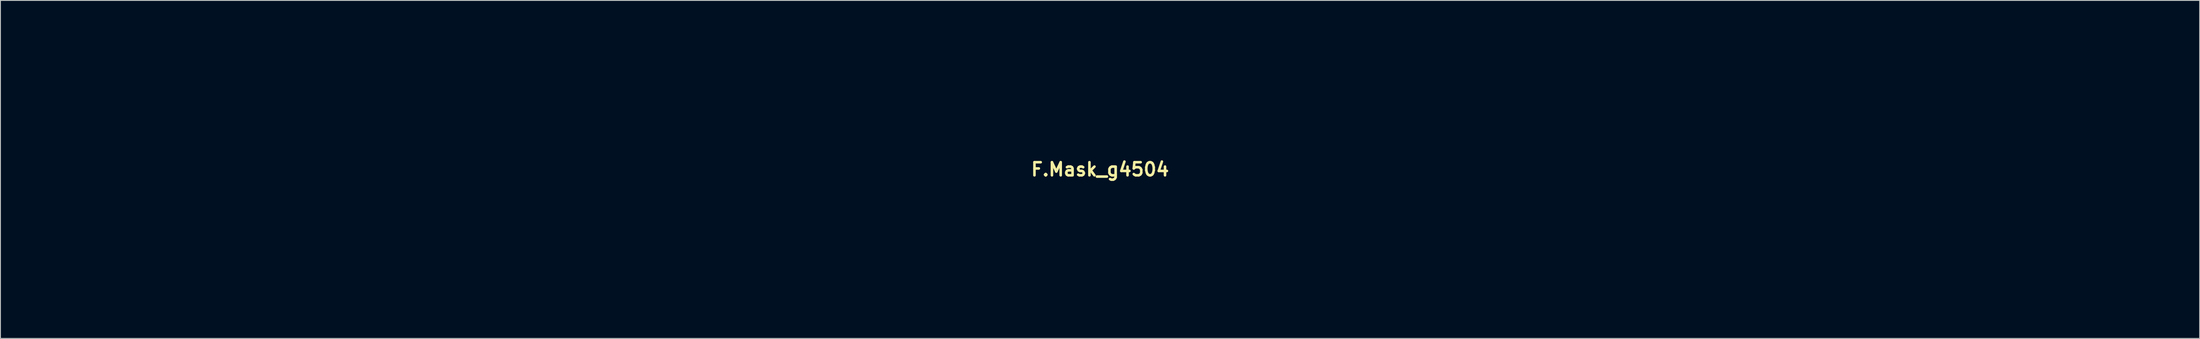
<source format=kicad_pcb>
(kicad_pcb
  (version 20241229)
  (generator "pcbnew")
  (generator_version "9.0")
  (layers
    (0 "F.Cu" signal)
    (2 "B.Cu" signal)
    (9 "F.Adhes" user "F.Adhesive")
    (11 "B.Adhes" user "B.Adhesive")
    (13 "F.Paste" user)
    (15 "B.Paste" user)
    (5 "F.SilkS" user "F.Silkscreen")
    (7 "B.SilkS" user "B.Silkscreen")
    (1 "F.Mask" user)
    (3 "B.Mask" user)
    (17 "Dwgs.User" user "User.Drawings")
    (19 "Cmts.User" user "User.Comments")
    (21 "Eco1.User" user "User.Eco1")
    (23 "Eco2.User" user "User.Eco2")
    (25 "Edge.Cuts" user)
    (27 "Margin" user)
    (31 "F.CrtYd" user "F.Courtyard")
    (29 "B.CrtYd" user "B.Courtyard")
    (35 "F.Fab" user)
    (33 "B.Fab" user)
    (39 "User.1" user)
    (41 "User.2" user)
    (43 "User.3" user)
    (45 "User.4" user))
  (footprint "F.Mask_g4504"
    (layer "F.Cu")
    (at 124.743 16.644)
    (property "Reference" "F.Mask_g4504" (at 0 0 0) (layer "F.SilkS") (effects (font (size 1.524 1.524) (thickness 0.3))))
    (attr through_hole)
    (fp_poly (pts (xy -49.936 14.935) (xy -52.235 14.935) (xy -52.235 13.119) (xy -49.936 13.119) (xy -49.936 14.935)) (stroke (width 0.01) (type solid)) (fill yes) (layer "F.Mask"))
    (fp_poly (pts (xy -46.266 5.601) (xy -48.984 5.601) (xy -48.984 2.451) (xy -46.266 2.451) (xy -46.266 5.601)) (stroke (width 0.01) (type solid)) (fill yes) (layer "F.Mask"))
    (fp_poly (pts (xy -46.266 9.525) (xy -48.984 9.525) (xy -48.984 6.337) (xy -46.266 6.337) (xy -46.266 9.525)) (stroke (width 0.01) (type solid)) (fill yes) (layer "F.Mask"))
    (fp_poly (pts (xy -46.266 16.421) (xy -48.984 16.421) (xy -48.984 13.106) (xy -46.266 13.106) (xy -46.266 16.421)) (stroke (width 0.01) (type solid)) (fill yes) (layer "F.Mask"))
    (fp_poly (pts (xy -40.259 -6.007) (xy -42.888 -6.007) (xy -42.888 -9.944) (xy -40.259 -9.944) (xy -40.259 -6.007)) (stroke (width 0.01) (type solid)) (fill yes) (layer "F.Mask"))
    (fp_poly (pts (xy -38.291 5.588) (xy -41.605 5.588) (xy -41.605 2.451) (xy -38.291 2.451) (xy -38.291 5.588)) (stroke (width 0.01) (type solid)) (fill yes) (layer "F.Mask"))
    (fp_poly (pts (xy -38.291 9.525) (xy -41.605 9.525) (xy -41.605 6.388) (xy -38.291 6.388) (xy -38.291 9.525)) (stroke (width 0.01) (type solid)) (fill yes) (layer "F.Mask"))
    (fp_poly (pts (xy -38.291 12.497) (xy -41.631 12.497) (xy -41.631 10.033) (xy -38.291 10.033) (xy -38.291 12.497)) (stroke (width 0.01) (type solid)) (fill yes) (layer "F.Mask"))
    (fp_poly (pts (xy -38.291 16.472) (xy -41.605 16.472) (xy -41.605 13.335) (xy -38.291 13.335) (xy -38.291 16.472)) (stroke (width 0.01) (type solid)) (fill yes) (layer "F.Mask"))
    (fp_poly (pts (xy -34.95 4) (xy -36.957 4) (xy -36.957 2.426) (xy -34.95 2.426) (xy -34.95 4)) (stroke (width 0.01) (type solid)) (fill yes) (layer "F.Mask"))
    (fp_poly (pts (xy -34.95 6.82) (xy -36.957 6.82) (xy -36.957 5.232) (xy -34.95 5.232) (xy -34.95 6.82)) (stroke (width 0.01) (type solid)) (fill yes) (layer "F.Mask"))
    (fp_poly (pts (xy -31.928 -7.391) (xy -34.214 -7.391) (xy -34.214 -8.903) (xy -31.928 -8.903) (xy -31.928 -7.391)) (stroke (width 0.01) (type solid)) (fill yes) (layer "F.Mask"))
    (fp_poly (pts (xy -31.928 -4.75) (xy -34.214 -4.75) (xy -34.214 -6.261) (xy -31.928 -6.261) (xy -31.928 -4.75)) (stroke (width 0.01) (type solid)) (fill yes) (layer "F.Mask"))
    (fp_poly (pts (xy -31.356 0.152) (xy -32.537 0.152) (xy -32.537 -0.762) (xy -31.356 -0.762) (xy -31.356 0.152)) (stroke (width 0.01) (type solid)) (fill yes) (layer "F.Mask"))
    (fp_poly (pts (xy -31.318 4) (xy -33.325 4) (xy -33.325 2.426) (xy -31.318 2.426) (xy -31.318 4)) (stroke (width 0.01) (type solid)) (fill yes) (layer "F.Mask"))
    (fp_poly (pts (xy -31.318 6.82) (xy -33.325 6.82) (xy -33.325 5.245) (xy -31.318 5.245) (xy -31.318 6.82)) (stroke (width 0.01) (type solid)) (fill yes) (layer "F.Mask"))
    (fp_poly (pts (xy -31.001 13.094) (xy -33.693 13.094) (xy -33.693 11.29) (xy -31.001 11.29) (xy -31.001 13.094)) (stroke (width 0.01) (type solid)) (fill yes) (layer "F.Mask"))
    (fp_poly (pts (xy -28.448 -1.892) (xy -29.629 -1.892) (xy -29.629 -2.845) (xy -28.448 -2.845) (xy -28.448 -1.892)) (stroke (width 0.01) (type solid)) (fill yes) (layer "F.Mask"))
    (fp_poly (pts (xy -27.432 4) (xy -29.439 4) (xy -29.439 2.426) (xy -27.432 2.426) (xy -27.432 4)) (stroke (width 0.01) (type solid)) (fill yes) (layer "F.Mask"))
    (fp_poly (pts (xy -27.432 6.833) (xy -29.439 6.833) (xy -29.439 5.245) (xy -27.432 5.245) (xy -27.432 6.833)) (stroke (width 0.01) (type solid)) (fill yes) (layer "F.Mask"))
    (fp_poly (pts (xy -27.064 9.868) (xy -29.756 9.868) (xy -29.756 8.077) (xy -27.064 8.077) (xy -27.064 9.868)) (stroke (width 0.01) (type solid)) (fill yes) (layer "F.Mask"))
    (fp_poly (pts (xy -26.911 -7.391) (xy -29.197 -7.391) (xy -29.197 -8.903) (xy -26.911 -8.903) (xy -26.911 -7.391)) (stroke (width 0.01) (type solid)) (fill yes) (layer "F.Mask"))
    (fp_poly (pts (xy -26.911 -4.75) (xy -29.197 -4.75) (xy -29.197 -6.261) (xy -26.911 -6.261) (xy -26.911 -4.75)) (stroke (width 0.01) (type solid)) (fill yes) (layer "F.Mask"))
    (fp_poly (pts (xy -11.113 -10.516) (xy -14.389 -10.516) (xy -14.389 -13.043) (xy -11.113 -13.043) (xy -11.113 -10.516)) (stroke (width 0.01) (type solid)) (fill yes) (layer "F.Mask"))
    (fp_poly (pts (xy -11.113 -6.477) (xy -14.389 -6.477) (xy -14.389 -9.601) (xy -11.113 -9.601) (xy -11.113 -6.477)) (stroke (width 0.01) (type solid)) (fill yes) (layer "F.Mask"))
    (fp_poly (pts (xy -11.036 6.528) (xy -13.043 6.528) (xy -13.043 4.953) (xy -11.036 4.953) (xy -11.036 6.528)) (stroke (width 0.01) (type solid)) (fill yes) (layer "F.Mask"))
    (fp_poly (pts (xy -11.036 9.347) (xy -13.043 9.347) (xy -13.043 7.772) (xy -11.036 7.772) (xy -11.036 9.347)) (stroke (width 0.01) (type solid)) (fill yes) (layer "F.Mask"))
    (fp_poly (pts (xy -10.884 0.178) (xy -13.576 0.178) (xy -13.576 -1.613) (xy -10.884 -1.613) (xy -10.884 0.178)) (stroke (width 0.01) (type solid)) (fill yes) (layer "F.Mask"))
    (fp_poly (pts (xy -10.884 12.586) (xy -13.132 12.586) (xy -13.132 10.427) (xy -10.884 10.427) (xy -10.884 12.586)) (stroke (width 0.01) (type solid)) (fill yes) (layer "F.Mask"))
    (fp_poly (pts (xy -4.407 -6.502) (xy -6.528 -6.502) (xy -6.528 -9.601) (xy -4.407 -9.601) (xy -4.407 -6.502)) (stroke (width 0.01) (type solid)) (fill yes) (layer "F.Mask"))
    (fp_poly (pts (xy -3.327 -10.528) (xy -6.502 -10.528) (xy -6.502 -13.056) (xy -3.327 -13.056) (xy -3.327 -10.528)) (stroke (width 0.01) (type solid)) (fill yes) (layer "F.Mask"))
    (fp_poly (pts (xy 3.632 -4.508) (xy 2.057 -4.508) (xy 2.057 -6.515) (xy 3.632 -6.515) (xy 3.632 -4.508)) (stroke (width 0.01) (type solid)) (fill yes) (layer "F.Mask"))
    (fp_poly (pts (xy 4.597 11.29) (xy 2.603 11.29) (xy 2.603 9.716) (xy 4.597 9.716) (xy 4.597 11.29)) (stroke (width 0.01) (type solid)) (fill yes) (layer "F.Mask"))
    (fp_poly (pts (xy 4.597 14.11) (xy 2.603 14.11) (xy 2.603 12.535) (xy 4.597 12.535) (xy 4.597 14.11)) (stroke (width 0.01) (type solid)) (fill yes) (layer "F.Mask"))
    (fp_poly (pts (xy 6.921 -4.508) (xy 5.334 -4.508) (xy 5.334 -6.515) (xy 6.921 -6.515) (xy 6.921 -4.508)) (stroke (width 0.01) (type solid)) (fill yes) (layer "F.Mask"))
    (fp_poly (pts (xy 7.525 4.032) (xy 7.531 5.613) (xy 5.524 5.613) (xy 5.524 4.026) (xy 7.525 4.032)) (stroke (width 0.01) (type solid)) (fill yes) (layer "F.Mask"))
    (fp_poly (pts (xy 10.617 -4.712) (xy 8.611 -4.712) (xy 8.611 -6.287) (xy 10.617 -6.287) (xy 10.617 -4.712)) (stroke (width 0.01) (type solid)) (fill yes) (layer "F.Mask"))
    (fp_poly (pts (xy 10.706 -0.165) (xy 8.179 -0.165) (xy 8.179 -1.245) (xy 10.706 -1.245) (xy 10.706 -0.165)) (stroke (width 0.01) (type solid)) (fill yes) (layer "F.Mask"))
    (fp_poly (pts (xy 10.706 1.194) (xy 8.179 1.194) (xy 8.179 0.267) (xy 10.706 0.267) (xy 10.706 1.194)) (stroke (width 0.01) (type solid)) (fill yes) (layer "F.Mask"))
    (fp_poly (pts (xy 10.706 2.515) (xy 8.179 2.515) (xy 8.179 1.587) (xy 10.706 1.587) (xy 10.706 2.515)) (stroke (width 0.01) (type solid)) (fill yes) (layer "F.Mask"))
    (fp_poly (pts (xy 11.113 6.756) (xy 9.106 6.756) (xy 9.106 5.182) (xy 11.113 5.182) (xy 11.113 6.756)) (stroke (width 0.01) (type solid)) (fill yes) (layer "F.Mask"))
    (fp_poly (pts (xy 13.881 6.756) (xy 11.874 6.756) (xy 11.874 5.182) (xy 13.881 5.182) (xy 13.881 6.756)) (stroke (width 0.01) (type solid)) (fill yes) (layer "F.Mask"))
    (fp_poly (pts (xy 13.881 9.588) (xy 11.874 9.588) (xy 11.874 8.001) (xy 13.881 8.001) (xy 13.881 9.588)) (stroke (width 0.01) (type solid)) (fill yes) (layer "F.Mask"))
    (fp_poly (pts (xy 13.945 -4.712) (xy 11.951 -4.712) (xy 11.951 -6.287) (xy 13.945 -6.287) (xy 13.945 -4.712)) (stroke (width 0.01) (type solid)) (fill yes) (layer "F.Mask"))
    (fp_poly (pts (xy 13.945 -1.88) (xy 11.951 -1.88) (xy 11.951 -3.467) (xy 13.945 -3.467) (xy 13.945 -1.88)) (stroke (width 0.01) (type solid)) (fill yes) (layer "F.Mask"))
    (fp_poly (pts (xy 16.586 6.756) (xy 14.592 6.756) (xy 14.592 5.182) (xy 16.586 5.182) (xy 16.586 6.756)) (stroke (width 0.01) (type solid)) (fill yes) (layer "F.Mask"))
    (fp_poly (pts (xy 16.586 9.588) (xy 14.592 9.588) (xy 14.592 8.001) (xy 16.586 8.001) (xy 16.586 9.588)) (stroke (width 0.01) (type solid)) (fill yes) (layer "F.Mask"))
    (fp_poly (pts (xy 16.789 -4.712) (xy 14.783 -4.712) (xy 14.783 -6.287) (xy 16.789 -6.287) (xy 16.789 -4.712)) (stroke (width 0.01) (type solid)) (fill yes) (layer "F.Mask"))
    (fp_poly (pts (xy 17.59 -0.165) (xy 15.05 -0.165) (xy 15.05 -1.245) (xy 17.59 -1.245) (xy 17.59 -0.165)) (stroke (width 0.01) (type solid)) (fill yes) (layer "F.Mask"))
    (fp_poly (pts (xy 17.59 1.194) (xy 15.05 1.194) (xy 15.05 0.267) (xy 17.59 0.267) (xy 17.59 1.194)) (stroke (width 0.01) (type solid)) (fill yes) (layer "F.Mask"))
    (fp_poly (pts (xy 17.59 2.515) (xy 15.05 2.515) (xy 15.05 1.587) (xy 17.59 1.587) (xy 17.59 2.515)) (stroke (width 0.01) (type solid)) (fill yes) (layer "F.Mask"))
    (fp_poly (pts (xy 20.028 -4.508) (xy 18.44 -4.508) (xy 18.44 -6.515) (xy 20.028 -6.515) (xy 20.028 -4.508)) (stroke (width 0.01) (type solid)) (fill yes) (layer "F.Mask"))
    (fp_poly (pts (xy 23.305 -4.508) (xy 21.73 -4.508) (xy 21.73 -6.515) (xy 23.305 -6.515) (xy 23.305 -4.508)) (stroke (width 0.01) (type solid)) (fill yes) (layer "F.Mask"))
    (fp_poly (pts (xy 31.09 -6.731) (xy 29.083 -6.731) (xy 29.083 -8.306) (xy 31.09 -8.306) (xy 31.09 -6.731)) (stroke (width 0.01) (type solid)) (fill yes) (layer "F.Mask"))
    (fp_poly (pts (xy 33.515 -7.226) (xy 31.496 -7.226) (xy 31.496 -9.512) (xy 33.515 -9.512) (xy 33.515 -7.226)) (stroke (width 0.01) (type solid)) (fill yes) (layer "F.Mask"))
    (fp_poly (pts (xy 36.373 11.29) (xy 34.366 11.29) (xy 34.366 9.716) (xy 36.373 9.716) (xy 36.373 11.29)) (stroke (width 0.01) (type solid)) (fill yes) (layer "F.Mask"))
    (fp_poly (pts (xy 36.373 14.11) (xy 34.366 14.11) (xy 34.366 12.535) (xy 36.373 12.535) (xy 36.373 14.11)) (stroke (width 0.01) (type solid)) (fill yes) (layer "F.Mask"))
    (fp_poly (pts (xy 39.23 6.553) (xy 37.224 6.553) (xy 37.224 4.966) (xy 39.23 4.966) (xy 39.23 6.553)) (stroke (width 0.01) (type solid)) (fill yes) (layer "F.Mask"))
    (fp_poly (pts (xy 39.23 9.373) (xy 37.224 9.373) (xy 37.224 7.798) (xy 39.23 7.798) (xy 39.23 9.373)) (stroke (width 0.01) (type solid)) (fill yes) (layer "F.Mask"))
    (fp_poly (pts (xy 39.294 12.675) (xy 37.287 12.675) (xy 37.287 10.262) (xy 39.294 10.262) (xy 39.294 12.675)) (stroke (width 0.01) (type solid)) (fill yes) (layer "F.Mask"))
    (fp_poly (pts (xy 39.815 0.178) (xy 37.122 0.178) (xy 37.122 -1.613) (xy 39.815 -1.613) (xy 39.815 0.178)) (stroke (width 0.01) (type solid)) (fill yes) (layer "F.Mask"))
    (fp_poly (pts (xy 41.472 -13.075) (xy 41.478 -10.3) (xy 37.503 -10.3) (xy 37.503 -13.081) (xy 41.472 -13.075)) (stroke (width 0.01) (type solid)) (fill yes) (layer "F.Mask"))
    (fp_poly (pts (xy 41.472 -9.62) (xy 41.478 -6.947) (xy 37.503 -6.947) (xy 37.503 -9.627) (xy 41.472 -9.62)) (stroke (width 0.01) (type solid)) (fill yes) (layer "F.Mask"))
    (fp_poly (pts (xy 54.623 -0.686) (xy 52.616 -0.686) (xy 52.616 -2.261) (xy 54.623 -2.261) (xy 54.623 -0.686)) (stroke (width 0.01) (type solid)) (fill yes) (layer "F.Mask"))
    (fp_poly (pts (xy 54.623 2.464) (xy 52.616 2.464) (xy 52.616 0.762) (xy 54.623 0.762) (xy 54.623 2.464)) (stroke (width 0.01) (type solid)) (fill yes) (layer "F.Mask"))
    (fp_poly (pts (xy 54.648 -5.982) (xy 52.642 -5.982) (xy 52.642 -7.556) (xy 54.648 -7.556) (xy 54.648 -5.982)) (stroke (width 0.01) (type solid)) (fill yes) (layer "F.Mask"))
    (fp_poly (pts (xy 56.401 -1.549) (xy 55.499 -1.549) (xy 55.499 -3.962) (xy 56.401 -3.962) (xy 56.401 -1.549)) (stroke (width 0.01) (type solid)) (fill yes) (layer "F.Mask"))
    (fp_poly (pts (xy 56.401 3.873) (xy 55.499 3.873) (xy 55.499 1.46) (xy 56.401 1.46) (xy 56.401 3.873)) (stroke (width 0.01) (type solid)) (fill yes) (layer "F.Mask"))
    (fp_poly (pts (xy 57.62 -1.549) (xy 56.794 -1.549) (xy 56.794 -3.962) (xy 57.62 -3.962) (xy 57.62 -1.549)) (stroke (width 0.01) (type solid)) (fill yes) (layer "F.Mask"))
    (fp_poly (pts (xy 57.62 3.873) (xy 56.794 3.873) (xy 56.794 1.448) (xy 57.62 1.448) (xy 57.62 3.873)) (stroke (width 0.01) (type solid)) (fill yes) (layer "F.Mask"))
    (fp_poly (pts (xy 59.093 9.246) (xy 55.753 9.246) (xy 55.753 6.617) (xy 59.093 6.617) (xy 59.093 9.246)) (stroke (width 0.01) (type solid)) (fill yes) (layer "F.Mask"))
    (fp_poly (pts (xy 59.106 13.183) (xy 55.753 13.183) (xy 55.753 10.566) (xy 59.106 10.566) (xy 59.106 13.183)) (stroke (width 0.01) (type solid)) (fill yes) (layer "F.Mask"))
    (fp_poly (pts (xy -45.907 -9.941) (xy -44.596 -9.938) (xy -44.596 -6.001) (xy -47.219 -5.994) (xy -47.219 -9.944) (xy -45.907 -9.941)) (stroke (width 0.01) (type solid)) (fill yes) (layer "F.Mask"))
    (fp_poly (pts (xy 7.525 2.788) (xy 6.525 2.791) (xy 5.524 2.794) (xy 5.524 1.206) (xy 7.531 1.206) (xy 7.525 2.788)) (stroke (width 0.01) (type solid)) (fill yes) (layer "F.Mask"))
    (fp_poly (pts (xy 10.611 -1.886) (xy 9.611 -1.883) (xy 8.611 -1.879) (xy 8.611 -3.467) (xy 10.617 -3.467) (xy 10.611 -1.886)) (stroke (width 0.01) (type solid)) (fill yes) (layer "F.Mask"))
    (fp_poly (pts (xy 10.703 3.489) (xy 10.706 4.026) (xy 8.179 4.026) (xy 8.185 2.953) (xy 10.7 2.953) (xy 10.703 3.489)) (stroke (width 0.01) (type solid)) (fill yes) (layer "F.Mask"))
    (fp_poly (pts (xy 17.586 3.394) (xy 17.59 3.835) (xy 15.049 3.835) (xy 15.056 2.953) (xy 17.583 2.953) (xy 17.586 3.394)) (stroke (width 0.01) (type solid)) (fill yes) (layer "F.Mask"))
    (fp_poly (pts (xy 54.648 -8.801) (xy 52.641 -8.801) (xy 52.645 -9.655) (xy 52.648 -10.509) (xy 54.648 -10.516) (xy 54.648 -8.801)) (stroke (width 0.01) (type solid)) (fill yes) (layer "F.Mask"))
    (fp_poly (pts (xy 58.826 -8.89) (xy 56.82 -8.89) (xy 56.823 -9.681) (xy 56.826 -10.471) (xy 58.826 -10.478) (xy 58.826 -8.89)) (stroke (width 0.01) (type solid)) (fill yes) (layer "F.Mask"))
    (fp_poly (pts (xy 58.871 -1.556) (xy 58.461 -1.552) (xy 58.052 -1.549) (xy 58.052 -3.962) (xy 58.877 -3.962) (xy 58.871 -1.556)) (stroke (width 0.01) (type solid)) (fill yes) (layer "F.Mask"))
    (fp_poly (pts (xy 58.871 1.454) (xy 58.871 3.867) (xy 58.461 3.87) (xy 58.052 3.874) (xy 58.052 1.447) (xy 58.871 1.454)) (stroke (width 0.01) (type solid)) (fill yes) (layer "F.Mask"))
    (fp_poly (pts (xy 60.141 -1.556) (xy 59.706 -1.552) (xy 59.271 -1.549) (xy 59.271 -3.962) (xy 60.147 -3.962) (xy 60.141 -1.556)) (stroke (width 0.01) (type solid)) (fill yes) (layer "F.Mask"))
    (fp_poly (pts (xy 60.141 3.867) (xy 59.706 3.87) (xy 59.271 3.874) (xy 59.271 1.46) (xy 60.147 1.46) (xy 60.141 3.867)) (stroke (width 0.01) (type solid)) (fill yes) (layer "F.Mask"))
    (fp_poly (pts (xy -31.934 -10.039) (xy -33.074 -10.036) (xy -34.214 -10.033) (xy -34.211 -10.792) (xy -34.207 -11.551) (xy -31.934 -11.551) (xy -31.934 -10.039)) (stroke (width 0.01) (type solid)) (fill yes) (layer "F.Mask"))
    (fp_poly (pts (xy -31.269 8.395) (xy -31.001 8.713) (xy -31.001 10.02) (xy -33.693 10.02) (xy -33.693 8.077) (xy -31.537 8.077) (xy -31.269 8.395)) (stroke (width 0.01) (type solid)) (fill yes) (layer "F.Mask"))
    (fp_poly (pts (xy -26.918 -10.039) (xy -28.058 -10.036) (xy -29.198 -10.033) (xy -29.194 -10.792) (xy -29.191 -11.551) (xy -26.918 -11.551) (xy -26.918 -10.039)) (stroke (width 0.01) (type solid)) (fill yes) (layer "F.Mask"))
    (fp_poly (pts (xy -11.157 -4.516) (xy -10.884 -4.193) (xy -10.884 -2.896) (xy -13.576 -2.896) (xy -13.576 -4.839) (xy -11.431 -4.839) (xy -11.157 -4.516)) (stroke (width 0.01) (type solid)) (fill yes) (layer "F.Mask"))
    (fp_poly (pts (xy 13.64 12.129) (xy 12.001 12.129) (xy 12.005 11.281) (xy 12.008 10.433) (xy 12.824 10.43) (xy 13.64 10.427) (xy 13.64 12.129)) (stroke (width 0.01) (type solid)) (fill yes) (layer "F.Mask"))
    (fp_poly (pts (xy 16.32 12.129) (xy 14.681 12.129) (xy 14.684 11.281) (xy 14.688 10.433) (xy 15.504 10.43) (xy 16.32 10.427) (xy 16.32 12.129)) (stroke (width 0.01) (type solid)) (fill yes) (layer "F.Mask"))
    (fp_poly (pts (xy 38.198 -4.838) (xy 39.275 -4.837) (xy 39.544 -4.517) (xy 39.814 -4.197) (xy 39.815 -2.896) (xy 37.122 -2.896) (xy 37.122 -4.839) (xy 38.198 -4.838)) (stroke (width 0.01) (type solid)) (fill yes) (layer "F.Mask"))
    (fp_poly (pts (xy -1.422 -9.525) (xy -2.396 -9.525) (xy -2.474 -9.735) (xy -2.553 -9.946) (xy -2.553 -10.774) (xy -2.743 -10.95) (xy -2.743 -11.354) (xy -1.422 -11.354) (xy -1.422 -9.525)) (stroke (width 0.01) (type solid)) (fill yes) (layer "F.Mask"))
    (fp_poly (pts (xy 0.578 -10.592) (xy 0.775 -10.592) (xy 0.775 -10.198) (xy 0.584 -10.198) (xy 0.584 -9.538) (xy -0.61 -9.538) (xy -0.61 -11.455) (xy 0.212 -11.455) (xy 0.578 -10.592)) (stroke (width 0.01) (type solid)) (fill yes) (layer "F.Mask"))
    (fp_poly (pts (xy 8.095 -11.449) (xy 8.461 -10.592) (xy 8.649 -10.592) (xy 8.649 -10.198) (xy 8.458 -10.198) (xy 8.458 -9.538) (xy 7.277 -9.538) (xy 7.277 -11.456) (xy 8.095 -11.449)) (stroke (width 0.01) (type solid)) (fill yes) (layer "F.Mask"))
    (fp_poly (pts (xy 19.906 -11.449) (xy 20.272 -10.592) (xy 20.46 -10.592) (xy 20.46 -10.198) (xy 20.269 -10.198) (xy 20.269 -9.538) (xy 19.088 -9.538) (xy 19.088 -11.456) (xy 19.906 -11.449)) (stroke (width 0.01) (type solid)) (fill yes) (layer "F.Mask"))
    (fp_poly (pts (xy 26.124 -9.538) (xy 25.14 -9.538) (xy 24.98 -9.976) (xy 24.981 -10.783) (xy 24.892 -10.867) (xy 24.803 -10.95) (xy 24.803 -11.354) (xy 26.124 -11.354) (xy 26.124 -9.538)) (stroke (width 0.01) (type solid)) (fill yes) (layer "F.Mask"))
    (fp_poly (pts (xy 6.452 -9.538) (xy 5.479 -9.538) (xy 5.4 -9.752) (xy 5.321 -9.966) (xy 5.321 -10.777) (xy 5.232 -10.865) (xy 5.144 -10.953) (xy 5.144 -11.354) (xy 6.452 -11.354) (xy 6.452 -9.538)) (stroke (width 0.01) (type solid)) (fill yes) (layer "F.Mask"))
    (fp_poly (pts (xy 16.327 -10.598) (xy 16.425 -10.594) (xy 16.523 -10.591) (xy 16.523 -10.198) (xy 16.332 -10.198) (xy 16.332 -9.538) (xy 15.138 -9.538) (xy 15.138 -11.455) (xy 15.962 -11.455) (xy 16.327 -10.598)) (stroke (width 0.01) (type solid)) (fill yes) (layer "F.Mask"))
    (fp_poly (pts (xy 18.263 -9.538) (xy 17.29 -9.538) (xy 17.211 -9.752) (xy 17.132 -9.966) (xy 17.132 -10.777) (xy 17.043 -10.865) (xy 16.954 -10.953) (xy 16.954 -11.354) (xy 18.263 -11.354) (xy 18.263 -9.538)) (stroke (width 0.01) (type solid)) (fill yes) (layer "F.Mask"))
    (fp_poly (pts (xy 22.174 -9.538) (xy 21.682 -9.538) (xy 21.19 -9.538) (xy 21.031 -9.969) (xy 21.031 -10.777) (xy 20.942 -10.865) (xy 20.853 -10.953) (xy 20.853 -11.354) (xy 22.174 -11.354) (xy 22.174 -9.538)) (stroke (width 0.01) (type solid)) (fill yes) (layer "F.Mask"))
    (fp_poly (pts (xy 3.74 -11.452) (xy 4.153 -11.449) (xy 4.517 -10.598) (xy 4.614 -10.594) (xy 4.712 -10.591) (xy 4.712 -10.198) (xy 4.521 -10.198) (xy 4.521 -9.538) (xy 3.327 -9.538) (xy 3.327 -11.456) (xy 3.74 -11.452)) (stroke (width 0.01) (type solid)) (fill yes) (layer "F.Mask"))
    (fp_poly (pts (xy 11.622 -11.452) (xy 12.029 -11.449) (xy 12.211 -11.024) (xy 12.393 -10.598) (xy 12.586 -10.591) (xy 12.586 -10.198) (xy 12.395 -10.198) (xy 12.395 -9.538) (xy 11.214 -9.538) (xy 11.214 -11.456) (xy 11.622 -11.452)) (stroke (width 0.01) (type solid)) (fill yes) (layer "F.Mask"))
    (fp_poly (pts (xy 23.396 -11.452) (xy 23.805 -11.449) (xy 23.989 -11.02) (xy 24.172 -10.592) (xy 24.359 -10.592) (xy 24.359 -10.198) (xy 24.168 -10.198) (xy 24.168 -9.538) (xy 22.987 -9.538) (xy 22.987 -11.456) (xy 23.396 -11.452)) (stroke (width 0.01) (type solid)) (fill yes) (layer "F.Mask"))
    (fp_poly (pts (xy 27.346 -11.455) (xy 27.756 -11.455) (xy 27.939 -11.023) (xy 28.122 -10.592) (xy 28.308 -10.592) (xy 28.308 -10.198) (xy 28.118 -10.198) (xy 28.118 -9.538) (xy 26.937 -9.538) (xy 26.937 -11.455) (xy 27.346 -11.455)) (stroke (width 0.01) (type solid)) (fill yes) (layer "F.Mask"))
    (fp_poly (pts (xy -46.266 12.497) (xy -49.047 12.497) (xy -49.047 11.989) (xy -49.936 11.989) (xy -49.936 12.421) (xy -52.235 12.421) (xy -52.235 10.604) (xy -49.936 10.604) (xy -49.936 11.074) (xy -49.047 11.074) (xy -49.047 10.033) (xy -46.266 10.033) (xy -46.266 12.497)) (stroke (width 0.01) (type solid)) (fill yes) (layer "F.Mask"))
    (fp_poly (pts (xy 14.326 -9.538) (xy 13.35 -9.538) (xy 13.317 -9.623) (xy 13.298 -9.675) (xy 13.274 -9.74) (xy 13.249 -9.806) (xy 13.24 -9.83) (xy 13.195 -9.95) (xy 13.195 -10.366) (xy 13.195 -10.781) (xy 13.1 -10.867) (xy 13.005 -10.953) (xy 13.005 -11.354) (xy 14.326 -11.354) (xy 14.326 -9.538)) (stroke (width 0.01) (type solid)) (fill yes) (layer "F.Mask"))
    (fp_poly (pts (xy 14.364 -13.475) (xy 13.018 -13.475) (xy 13.018 -13.995) (xy 13.318 -13.995) (xy 13.263 -14.246) (xy 13.243 -14.338) (xy 13.228 -14.412) (xy 13.218 -14.475) (xy 13.21 -14.536) (xy 13.205 -14.599) (xy 13.202 -14.674) (xy 13.199 -14.729) (xy 13.191 -14.961) (xy 14.364 -14.961) (xy 14.364 -13.475)) (stroke (width 0.01) (type solid)) (fill yes) (layer "F.Mask"))
    (fp_poly (pts (xy 25.584 13.747) (xy 25.504 13.807) (xy 25.358 13.902) (xy 25.2 13.978) (xy 25.035 14.034) (xy 24.866 14.07) (xy 24.696 14.084) (xy 24.53 14.075) (xy 24.435 14.06) (xy 24.283 14.017) (xy 24.129 13.955) (xy 23.981 13.876) (xy 23.855 13.792) (xy 23.787 13.741) (xy 23.787 11.201) (xy 25.591 11.201) (xy 25.584 13.747)) (stroke (width 0.01) (type solid)) (fill yes) (layer "F.Mask"))
    (fp_poly (pts (xy 47.117 -11.011) (xy 44.05 -11.012) (xy 44.022 -11.047) (xy 43.913 -11.206) (xy 43.827 -11.371) (xy 43.765 -11.541) (xy 43.727 -11.714) (xy 43.712 -11.89) (xy 43.721 -12.065) (xy 43.755 -12.239) (xy 43.812 -12.41) (xy 43.893 -12.576) (xy 43.977 -12.706) (xy 44.05 -12.808) (xy 45.584 -12.811) (xy 47.117 -12.814) (xy 47.117 -11.011)) (stroke (width 0.01) (type solid)) (fill yes) (layer "F.Mask"))
    (fp_poly (pts (xy -28.448 -0.965) (xy -29.033 -0.965) (xy -29.175 -0.965) (xy -29.295 -0.966) (xy -29.392 -0.967) (xy -29.47 -0.968) (xy -29.53 -0.969) (xy -29.573 -0.972) (xy -29.602 -0.974) (xy -29.618 -0.978) (xy -29.623 -0.981) (xy -29.625 -0.998) (xy -29.626 -1.036) (xy -29.627 -1.093) (xy -29.627 -1.164) (xy -29.627 -1.246) (xy -29.626 -1.315) (xy -29.623 -1.632) (xy -28.448 -1.639) (xy -28.448 -0.965)) (stroke (width 0.01) (type solid)) (fill yes) (layer "F.Mask"))
    (fp_poly (pts (xy -28.448 0.216) (xy -29.03 0.216) (xy -29.149 0.216) (xy -29.261 0.215) (xy -29.362 0.214) (xy -29.45 0.213) (xy -29.522 0.212) (xy -29.576 0.211) (xy -29.61 0.209) (xy -29.621 0.207) (xy -29.623 0.193) (xy -29.624 0.156) (xy -29.626 0.1) (xy -29.627 0.027) (xy -29.628 -0.059) (xy -29.629 -0.156) (xy -29.629 -0.25) (xy -29.629 -0.699) (xy -28.448 -0.699) (xy -28.448 0.216)) (stroke (width 0.01) (type solid)) (fill yes) (layer "F.Mask"))
    (fp_poly (pts (xy -1.873 13.748) (xy -2.009 13.838) (xy -2.178 13.938) (xy -2.353 14.012) (xy -2.469 14.048) (xy -2.536 14.061) (xy -2.62 14.071) (xy -2.713 14.078) (xy -2.807 14.081) (xy -2.895 14.079) (xy -2.967 14.073) (xy -2.984 14.071) (xy -3.146 14.031) (xy -3.304 13.971) (xy -3.46 13.889) (xy -3.604 13.794) (xy -3.683 13.737) (xy -3.683 11.201) (xy -1.867 11.201) (xy -1.873 13.748)) (stroke (width 0.01) (type solid)) (fill yes) (layer "F.Mask"))
    (fp_poly (pts (xy 29.635 11.208) (xy 29.635 13.734) (xy 29.564 13.792) (xy 29.449 13.872) (xy 29.316 13.944) (xy 29.171 14.005) (xy 29.035 14.048) (xy 28.948 14.066) (xy 28.846 14.076) (xy 28.736 14.081) (xy 28.627 14.079) (xy 28.528 14.07) (xy 28.473 14.06) (xy 28.316 14.016) (xy 28.163 13.952) (xy 28.011 13.868) (xy 27.906 13.797) (xy 27.826 13.74) (xy 27.826 11.201) (xy 29.635 11.208)) (stroke (width 0.01) (type solid)) (fill yes) (layer "F.Mask"))
    (fp_poly (pts (xy 50.73 -12.852) (xy 50.804 -12.748) (xy 50.893 -12.606) (xy 50.967 -12.455) (xy 51.024 -12.301) (xy 51.056 -12.175) (xy 51.065 -12.108) (xy 51.069 -12.025) (xy 51.07 -11.934) (xy 51.066 -11.842) (xy 51.059 -11.76) (xy 51.049 -11.701) (xy 51 -11.531) (xy 50.93 -11.362) (xy 50.841 -11.201) (xy 50.793 -11.13) (xy 50.735 -11.049) (xy 47.663 -11.049) (xy 47.663 -12.852) (xy 50.73 -12.852)) (stroke (width 0.01) (type solid)) (fill yes) (layer "F.Mask"))
    (fp_poly (pts (xy 70.091 10.17) (xy 70.023 10.222) (xy 69.89 10.312) (xy 69.74 10.39) (xy 69.583 10.452) (xy 69.444 10.491) (xy 69.363 10.504) (xy 69.266 10.512) (xy 69.163 10.514) (xy 69.062 10.511) (xy 68.972 10.503) (xy 68.936 10.497) (xy 68.787 10.456) (xy 68.636 10.395) (xy 68.487 10.317) (xy 68.367 10.238) (xy 68.275 10.171) (xy 68.275 7.645) (xy 70.091 7.645) (xy 70.091 10.17)) (stroke (width 0.01) (type solid)) (fill yes) (layer "F.Mask"))
    (fp_poly (pts (xy -31.356 -1.816) (xy -31.938 -1.816) (xy -32.058 -1.816) (xy -32.169 -1.817) (xy -32.27 -1.818) (xy -32.358 -1.819) (xy -32.43 -1.82) (xy -32.485 -1.821) (xy -32.518 -1.823) (xy -32.529 -1.825) (xy -32.531 -1.839) (xy -32.533 -1.876) (xy -32.534 -1.932) (xy -32.535 -2.005) (xy -32.536 -2.093) (xy -32.537 -2.191) (xy -32.537 -2.298) (xy -32.537 -2.307) (xy -32.537 -2.781) (xy -31.356 -2.781) (xy -31.356 -1.816)) (stroke (width 0.01) (type solid)) (fill yes) (layer "F.Mask"))
    (fp_poly (pts (xy -5.912 11.208) (xy -5.909 12.471) (xy -5.906 13.735) (xy -5.963 13.78) (xy -6.1 13.873) (xy -6.253 13.954) (xy -6.417 14.019) (xy -6.514 14.049) (xy -6.599 14.066) (xy -6.701 14.076) (xy -6.81 14.081) (xy -6.918 14.079) (xy -7.017 14.07) (xy -7.074 14.06) (xy -7.231 14.016) (xy -7.384 13.952) (xy -7.537 13.868) (xy -7.641 13.797) (xy -7.722 13.74) (xy -7.722 11.201) (xy -5.912 11.208)) (stroke (width 0.01) (type solid)) (fill yes) (layer "F.Mask"))
    (fp_poly (pts (xy 33.49 13.736) (xy 33.43 13.782) (xy 33.264 13.892) (xy 33.091 13.979) (xy 32.912 14.042) (xy 32.891 14.047) (xy 32.826 14.06) (xy 32.745 14.07) (xy 32.656 14.077) (xy 32.564 14.081) (xy 32.478 14.08) (xy 32.405 14.076) (xy 32.366 14.07) (xy 32.184 14.021) (xy 32.007 13.949) (xy 31.84 13.854) (xy 31.785 13.817) (xy 31.674 13.738) (xy 31.674 11.201) (xy 33.49 11.201) (xy 33.49 13.736)) (stroke (width 0.01) (type solid)) (fill yes) (layer "F.Mask"))
    (fp_poly (pts (xy 33.528 -10.312) (xy 31.09 -10.312) (xy 31.09 -9.55) (xy 29.087 -9.55) (xy 29.079 -10.715) (xy 29.077 -10.895) (xy 29.076 -11.077) (xy 29.075 -11.256) (xy 29.074 -11.431) (xy 29.073 -11.598) (xy 29.072 -11.755) (xy 29.072 -11.899) (xy 29.071 -12.028) (xy 29.071 -12.138) (xy 29.07 -12.228) (xy 29.07 -12.277) (xy 29.07 -12.675) (xy 30.874 -12.675) (xy 30.874 -13.119) (xy 33.528 -13.119) (xy 33.528 -10.312)) (stroke (width 0.01) (type solid)) (fill yes) (layer "F.Mask"))
    (fp_poly (pts (xy 10.389 -9.525) (xy 9.907 -9.525) (xy 9.799 -9.525) (xy 9.699 -9.526) (xy 9.61 -9.527) (xy 9.534 -9.529) (xy 9.476 -9.531) (xy 9.436 -9.533) (xy 9.419 -9.535) (xy 9.419 -9.535) (xy 9.412 -9.55) (xy 9.399 -9.585) (xy 9.379 -9.635) (xy 9.356 -9.696) (xy 9.335 -9.752) (xy 9.258 -9.958) (xy 9.258 -10.779) (xy 9.169 -10.863) (xy 9.081 -10.947) (xy 9.081 -11.354) (xy 10.389 -11.354) (xy 10.389 -9.525)) (stroke (width 0.01) (type solid)) (fill yes) (layer "F.Mask"))
    (fp_poly (pts (xy 10.427 -13.475) (xy 9.081 -13.475) (xy 9.081 -13.98) (xy 9.233 -13.99) (xy 9.297 -13.994) (xy 9.34 -13.997) (xy 9.365 -14.002) (xy 9.377 -14.008) (xy 9.38 -14.016) (xy 9.379 -14.026) (xy 9.35 -14.15) (xy 9.326 -14.254) (xy 9.308 -14.343) (xy 9.294 -14.419) (xy 9.283 -14.487) (xy 9.276 -14.552) (xy 9.27 -14.618) (xy 9.266 -14.689) (xy 9.265 -14.729) (xy 9.255 -14.961) (xy 10.427 -14.961) (xy 10.427 -13.475)) (stroke (width 0.01) (type solid)) (fill yes) (layer "F.Mask"))
    (fp_poly (pts (xy 49.196 -0.924) (xy 50.729 -0.921) (xy 50.775 -0.86) (xy 50.871 -0.717) (xy 50.952 -0.562) (xy 51.014 -0.402) (xy 51.049 -0.277) (xy 51.061 -0.198) (xy 51.068 -0.103) (xy 51.07 -0.001) (xy 51.065 0.1) (xy 51.056 0.191) (xy 51.048 0.235) (xy 51.009 0.377) (xy 50.95 0.524) (xy 50.877 0.666) (xy 50.794 0.795) (xy 50.778 0.816) (xy 50.722 0.889) (xy 47.663 0.889) (xy 47.663 -0.927) (xy 49.196 -0.924)) (stroke (width 0.01) (type solid)) (fill yes) (layer "F.Mask"))
    (fp_poly (pts (xy -16.478 -3.305) (xy -16.427 -3.229) (xy -16.376 -3.138) (xy -16.327 -3.042) (xy -16.285 -2.948) (xy -16.253 -2.863) (xy -16.244 -2.832) (xy -16.208 -2.657) (xy -16.198 -2.481) (xy -16.214 -2.304) (xy -16.254 -2.127) (xy -16.32 -1.95) (xy -16.345 -1.898) (xy -16.378 -1.833) (xy -16.418 -1.765) (xy -16.456 -1.705) (xy -16.474 -1.679) (xy -16.542 -1.588) (xy -18.075 -1.588) (xy -19.609 -1.587) (xy -19.609 -3.404) (xy -16.55 -3.404) (xy -16.478 -3.305)) (stroke (width 0.01) (type solid)) (fill yes) (layer "F.Mask"))
    (fp_poly (pts (xy 66.04 8.912) (xy 66.04 10.179) (xy 65.97 10.23) (xy 65.82 10.329) (xy 65.67 10.406) (xy 65.514 10.464) (xy 65.458 10.48) (xy 65.391 10.493) (xy 65.307 10.503) (xy 65.212 10.51) (xy 65.115 10.512) (xy 65.023 10.51) (xy 64.943 10.505) (xy 64.897 10.497) (xy 64.756 10.459) (xy 64.611 10.402) (xy 64.469 10.331) (xy 64.34 10.249) (xy 64.322 10.236) (xy 64.237 10.173) (xy 64.237 7.645) (xy 66.04 7.645) (xy 66.04 8.912)) (stroke (width 0.01) (type solid)) (fill yes) (layer "F.Mask"))
    (fp_poly (pts (xy 2.515 -9.538) (xy 2.027 -9.538) (xy 1.902 -9.538) (xy 1.801 -9.538) (xy 1.72 -9.539) (xy 1.657 -9.54) (xy 1.611 -9.541) (xy 1.577 -9.543) (xy 1.555 -9.546) (xy 1.541 -9.55) (xy 1.534 -9.555) (xy 1.531 -9.56) (xy 1.523 -9.579) (xy 1.509 -9.618) (xy 1.49 -9.67) (xy 1.467 -9.733) (xy 1.453 -9.77) (xy 1.384 -9.958) (xy 1.384 -10.779) (xy 1.295 -10.863) (xy 1.206 -10.947) (xy 1.206 -11.354) (xy 2.515 -11.354) (xy 2.515 -9.538)) (stroke (width 0.01) (type solid)) (fill yes) (layer "F.Mask"))
    (fp_poly (pts (xy 47.117 0.927) (xy 44.056 0.927) (xy 43.992 0.841) (xy 43.941 0.764) (xy 43.888 0.671) (xy 43.838 0.569) (xy 43.794 0.468) (xy 43.762 0.377) (xy 43.758 0.363) (xy 43.726 0.212) (xy 43.713 0.052) (xy 43.717 -0.11) (xy 43.74 -0.265) (xy 43.751 -0.311) (xy 43.773 -0.382) (xy 43.807 -0.466) (xy 43.85 -0.556) (xy 43.896 -0.647) (xy 43.944 -0.73) (xy 43.989 -0.798) (xy 43.993 -0.803) (xy 44.056 -0.889) (xy 47.117 -0.889) (xy 47.117 0.927)) (stroke (width 0.01) (type solid)) (fill yes) (layer "F.Mask"))
    (fp_poly (pts (xy 6.502 -13.475) (xy 5.144 -13.475) (xy 5.144 -13.983) (xy 5.296 -13.983) (xy 5.355 -13.983) (xy 5.403 -13.984) (xy 5.436 -13.986) (xy 5.448 -13.989) (xy 5.448 -13.989) (xy 5.446 -14.002) (xy 5.439 -14.037) (xy 5.428 -14.089) (xy 5.414 -14.155) (xy 5.397 -14.23) (xy 5.393 -14.252) (xy 5.373 -14.347) (xy 5.358 -14.423) (xy 5.347 -14.489) (xy 5.339 -14.551) (xy 5.334 -14.616) (xy 5.33 -14.692) (xy 5.328 -14.735) (xy 5.32 -14.961) (xy 6.502 -14.961) (xy 6.502 -13.475)) (stroke (width 0.01) (type solid)) (fill yes) (layer "F.Mask"))
    (fp_poly (pts (xy 16.255 -14.383) (xy 16.158 -13.983) (xy 16.51 -13.983) (xy 16.51 -13.373) (xy 16.25 -13.373) (xy 16.161 -13.373) (xy 16.094 -13.374) (xy 16.047 -13.376) (xy 16.016 -13.378) (xy 15.998 -13.382) (xy 15.99 -13.388) (xy 15.989 -13.392) (xy 15.987 -13.397) (xy 15.977 -13.401) (xy 15.958 -13.405) (xy 15.928 -13.407) (xy 15.883 -13.409) (xy 15.822 -13.41) (xy 15.741 -13.411) (xy 15.64 -13.411) (xy 15.557 -13.411) (xy 15.126 -13.411) (xy 15.126 -14.961) (xy 16.256 -14.961) (xy 16.255 -14.383)) (stroke (width 0.01) (type solid)) (fill yes) (layer "F.Mask"))
    (fp_poly (pts (xy 18.313 -13.475) (xy 16.954 -13.475) (xy 16.954 -13.983) (xy 17.107 -13.983) (xy 17.166 -13.983) (xy 17.214 -13.985) (xy 17.247 -13.987) (xy 17.259 -13.989) (xy 17.259 -13.99) (xy 17.257 -14.003) (xy 17.25 -14.038) (xy 17.239 -14.091) (xy 17.225 -14.157) (xy 17.209 -14.233) (xy 17.203 -14.259) (xy 17.183 -14.356) (xy 17.168 -14.434) (xy 17.157 -14.501) (xy 17.149 -14.564) (xy 17.144 -14.629) (xy 17.14 -14.704) (xy 17.139 -14.742) (xy 17.13 -14.961) (xy 18.313 -14.961) (xy 18.313 -13.475)) (stroke (width 0.01) (type solid)) (fill yes) (layer "F.Mask"))
    (fp_poly (pts (xy 22.212 -13.475) (xy 20.853 -13.475) (xy 20.853 -13.983) (xy 21.006 -13.983) (xy 21.065 -13.983) (xy 21.113 -13.985) (xy 21.146 -13.987) (xy 21.158 -13.989) (xy 21.158 -13.99) (xy 21.156 -14.003) (xy 21.149 -14.038) (xy 21.138 -14.091) (xy 21.124 -14.157) (xy 21.108 -14.233) (xy 21.102 -14.259) (xy 21.082 -14.355) (xy 21.067 -14.433) (xy 21.056 -14.499) (xy 21.049 -14.561) (xy 21.044 -14.625) (xy 21.04 -14.699) (xy 21.038 -14.742) (xy 21.03 -14.961) (xy 22.212 -14.961) (xy 22.212 -13.475)) (stroke (width 0.01) (type solid)) (fill yes) (layer "F.Mask"))
    (fp_poly (pts (xy -20.155 -1.549) (xy -23.215 -1.549) (xy -23.267 -1.615) (xy -23.354 -1.742) (xy -23.431 -1.888) (xy -23.495 -2.044) (xy -23.524 -2.14) (xy -23.535 -2.182) (xy -23.542 -2.222) (xy -23.547 -2.266) (xy -23.55 -2.32) (xy -23.551 -2.388) (xy -23.551 -2.464) (xy -23.551 -2.547) (xy -23.549 -2.61) (xy -23.546 -2.659) (xy -23.541 -2.699) (xy -23.534 -2.737) (xy -23.523 -2.778) (xy -23.516 -2.8) (xy -23.457 -2.958) (xy -23.38 -3.114) (xy -23.291 -3.254) (xy -23.212 -3.365) (xy -20.155 -3.365) (xy -20.155 -1.549)) (stroke (width 0.01) (type solid)) (fill yes) (layer "F.Mask"))
    (fp_poly (pts (xy 2.553 -13.475) (xy 1.206 -13.475) (xy 1.206 -13.732) (xy 1.206 -13.989) (xy 1.36 -13.985) (xy 1.425 -13.983) (xy 1.468 -13.983) (xy 1.493 -13.985) (xy 1.506 -13.989) (xy 1.508 -13.996) (xy 1.507 -14.004) (xy 1.502 -14.023) (xy 1.493 -14.063) (xy 1.48 -14.119) (xy 1.465 -14.187) (xy 1.449 -14.263) (xy 1.449 -14.264) (xy 1.429 -14.356) (xy 1.415 -14.432) (xy 1.405 -14.499) (xy 1.398 -14.566) (xy 1.393 -14.641) (xy 1.389 -14.73) (xy 1.38 -14.961) (xy 2.553 -14.961) (xy 2.553 -13.475)) (stroke (width 0.01) (type solid)) (fill yes) (layer "F.Mask"))
    (fp_poly (pts (xy 16.789 -1.88) (xy 15.795 -1.88) (xy 15.638 -1.88) (xy 15.488 -1.88) (xy 15.348 -1.881) (xy 15.22 -1.881) (xy 15.104 -1.882) (xy 15.004 -1.883) (xy 14.92 -1.884) (xy 14.856 -1.885) (xy 14.813 -1.886) (xy 14.793 -1.888) (xy 14.791 -1.888) (xy 14.79 -1.902) (xy 14.788 -1.939) (xy 14.787 -1.997) (xy 14.786 -2.074) (xy 14.785 -2.168) (xy 14.784 -2.275) (xy 14.783 -2.396) (xy 14.783 -2.526) (xy 14.783 -2.664) (xy 14.783 -2.682) (xy 14.783 -3.467) (xy 16.789 -3.467) (xy 16.789 -1.88)) (stroke (width 0.01) (type solid)) (fill yes) (layer "F.Mask"))
    (fp_poly (pts (xy 73.939 10.173) (xy 73.854 10.237) (xy 73.778 10.287) (xy 73.685 10.34) (xy 73.584 10.39) (xy 73.483 10.434) (xy 73.391 10.468) (xy 73.374 10.473) (xy 73.324 10.487) (xy 73.277 10.496) (xy 73.228 10.503) (xy 73.168 10.507) (xy 73.093 10.51) (xy 73.063 10.511) (xy 72.967 10.512) (xy 72.891 10.51) (xy 72.83 10.504) (xy 72.78 10.496) (xy 72.601 10.443) (xy 72.424 10.365) (xy 72.251 10.261) (xy 72.207 10.231) (xy 72.123 10.171) (xy 72.123 7.645) (xy 73.939 7.645) (xy 73.939 10.173)) (stroke (width 0.01) (type solid)) (fill yes) (layer "F.Mask"))
    (fp_poly (pts (xy 11.113 9.588) (xy 10.115 9.588) (xy 9.925 9.588) (xy 9.759 9.588) (xy 9.615 9.588) (xy 9.493 9.587) (xy 9.391 9.586) (xy 9.307 9.585) (xy 9.24 9.584) (xy 9.188 9.582) (xy 9.151 9.58) (xy 9.127 9.577) (xy 9.114 9.575) (xy 9.112 9.573) (xy 9.111 9.557) (xy 9.11 9.519) (xy 9.109 9.46) (xy 9.109 9.382) (xy 9.108 9.287) (xy 9.108 9.179) (xy 9.108 9.058) (xy 9.108 8.928) (xy 9.109 8.79) (xy 9.109 8.782) (xy 9.112 8.007) (xy 11.113 8.001) (xy 11.113 9.588)) (stroke (width 0.01) (type solid)) (fill yes) (layer "F.Mask"))
    (fp_poly (pts (xy 20.269 1.422) (xy 19.272 1.422) (xy 19.082 1.422) (xy 18.916 1.422) (xy 18.772 1.422) (xy 18.65 1.421) (xy 18.547 1.42) (xy 18.463 1.419) (xy 18.396 1.417) (xy 18.345 1.416) (xy 18.308 1.414) (xy 18.284 1.411) (xy 18.271 1.409) (xy 18.268 1.407) (xy 18.267 1.391) (xy 18.267 1.353) (xy 18.266 1.294) (xy 18.265 1.216) (xy 18.265 1.121) (xy 18.265 1.012) (xy 18.265 0.892) (xy 18.265 0.761) (xy 18.266 0.624) (xy 18.266 0.616) (xy 18.269 -0.159) (xy 20.269 -0.165) (xy 20.269 1.422)) (stroke (width 0.01) (type solid)) (fill yes) (layer "F.Mask"))
    (fp_poly (pts (xy 20.269 4.369) (xy 19.272 4.369) (xy 19.082 4.369) (xy 18.916 4.368) (xy 18.772 4.368) (xy 18.65 4.367) (xy 18.547 4.366) (xy 18.463 4.365) (xy 18.396 4.364) (xy 18.345 4.362) (xy 18.308 4.36) (xy 18.284 4.358) (xy 18.271 4.355) (xy 18.268 4.353) (xy 18.267 4.338) (xy 18.267 4.299) (xy 18.266 4.24) (xy 18.265 4.162) (xy 18.265 4.068) (xy 18.265 3.959) (xy 18.265 3.838) (xy 18.265 3.708) (xy 18.266 3.57) (xy 18.266 3.562) (xy 18.269 2.788) (xy 20.269 2.781) (xy 20.269 4.369)) (stroke (width 0.01) (type solid)) (fill yes) (layer "F.Mask"))
    (fp_poly (pts (xy 58.826 -6.134) (xy 57.829 -6.134) (xy 57.639 -6.134) (xy 57.473 -6.134) (xy 57.329 -6.135) (xy 57.207 -6.136) (xy 57.105 -6.136) (xy 57.021 -6.138) (xy 56.954 -6.139) (xy 56.902 -6.141) (xy 56.865 -6.143) (xy 56.841 -6.145) (xy 56.828 -6.148) (xy 56.826 -6.15) (xy 56.825 -6.165) (xy 56.824 -6.204) (xy 56.823 -6.263) (xy 56.823 -6.341) (xy 56.822 -6.435) (xy 56.822 -6.544) (xy 56.822 -6.665) (xy 56.822 -6.795) (xy 56.823 -6.933) (xy 56.823 -6.941) (xy 56.826 -7.715) (xy 58.826 -7.722) (xy 58.826 -6.134)) (stroke (width 0.01) (type solid)) (fill yes) (layer "F.Mask"))
    (fp_poly (pts (xy 28.067 -14.682) (xy 28.067 -14.59) (xy 28.066 -14.518) (xy 28.064 -14.461) (xy 28.061 -14.414) (xy 28.056 -14.371) (xy 28.048 -14.326) (xy 28.037 -14.275) (xy 28.022 -14.215) (xy 28.006 -14.148) (xy 27.992 -14.088) (xy 27.98 -14.041) (xy 27.972 -14.011) (xy 27.971 -14.005) (xy 27.97 -13.996) (xy 27.976 -13.99) (xy 27.993 -13.986) (xy 28.025 -13.984) (xy 28.076 -13.983) (xy 28.136 -13.983) (xy 28.308 -13.983) (xy 28.308 -13.335) (xy 27.813 -13.335) (xy 27.813 -13.424) (xy 26.937 -13.424) (xy 26.937 -14.961) (xy 28.067 -14.961) (xy 28.067 -14.682)) (stroke (width 0.01) (type solid)) (fill yes) (layer "F.Mask"))
    (fp_poly (pts (xy 26.162 -13.475) (xy 24.803 -13.475) (xy 24.803 -13.651) (xy 24.804 -13.723) (xy 24.805 -13.794) (xy 24.808 -13.856) (xy 24.811 -13.901) (xy 24.811 -13.905) (xy 24.819 -13.983) (xy 24.964 -13.983) (xy 25.021 -13.984) (xy 25.067 -13.986) (xy 25.098 -13.989) (xy 25.108 -13.993) (xy 25.105 -14.008) (xy 25.098 -14.043) (xy 25.087 -14.096) (xy 25.073 -14.161) (xy 25.057 -14.235) (xy 25.057 -14.237) (xy 25.037 -14.329) (xy 25.022 -14.403) (xy 25.011 -14.465) (xy 25.003 -14.521) (xy 24.997 -14.579) (xy 24.993 -14.645) (xy 24.99 -14.725) (xy 24.987 -14.78) (xy 24.981 -14.961) (xy 26.162 -14.961) (xy 26.162 -13.475)) (stroke (width 0.01) (type solid)) (fill yes) (layer "F.Mask"))
    (fp_poly (pts (xy -1.384 -13.475) (xy -2.731 -13.475) (xy -2.731 -13.995) (xy -2.584 -13.995) (xy -2.519 -13.996) (xy -2.475 -13.998) (xy -2.449 -14.003) (xy -2.439 -14.009) (xy -2.438 -14.012) (xy -2.441 -14.03) (xy -2.448 -14.067) (xy -2.459 -14.122) (xy -2.473 -14.188) (xy -2.49 -14.262) (xy -2.509 -14.355) (xy -2.524 -14.43) (xy -2.534 -14.498) (xy -2.541 -14.565) (xy -2.546 -14.641) (xy -2.55 -14.723) (xy -2.553 -14.796) (xy -2.554 -14.86) (xy -2.555 -14.911) (xy -2.555 -14.944) (xy -2.554 -14.955) (xy -2.54 -14.956) (xy -2.504 -14.957) (xy -2.448 -14.958) (xy -2.373 -14.959) (xy -2.284 -14.96) (xy -2.181 -14.96) (xy -2.069 -14.961) (xy -1.966 -14.961) (xy -1.384 -14.961) (xy -1.384 -13.475)) (stroke (width 0.01) (type solid)) (fill yes) (layer "F.Mask"))
    (fp_poly (pts (xy 4.467 -14.686) (xy 4.471 -14.419) (xy 4.42 -14.206) (xy 4.403 -14.136) (xy 4.389 -14.075) (xy 4.378 -14.028) (xy 4.371 -13.997) (xy 4.369 -13.988) (xy 4.381 -13.986) (xy 4.413 -13.984) (xy 4.462 -13.983) (xy 4.523 -13.983) (xy 4.54 -13.983) (xy 4.712 -13.983) (xy 4.712 -13.373) (xy 4.458 -13.373) (xy 4.37 -13.373) (xy 4.305 -13.374) (xy 4.258 -13.376) (xy 4.228 -13.379) (xy 4.211 -13.383) (xy 4.204 -13.389) (xy 4.204 -13.392) (xy 4.201 -13.397) (xy 4.191 -13.401) (xy 4.171 -13.405) (xy 4.14 -13.407) (xy 4.094 -13.41) (xy 4.031 -13.411) (xy 3.949 -13.412) (xy 3.845 -13.414) (xy 3.769 -13.414) (xy 3.334 -13.418) (xy 3.334 -14.954) (xy 4.464 -14.954) (xy 4.467 -14.686)) (stroke (width 0.01) (type solid)) (fill yes) (layer "F.Mask"))
    (fp_poly (pts (xy 113.189 4.439) (xy 113.258 4.454) (xy 113.322 4.482) (xy 113.385 4.526) (xy 113.449 4.587) (xy 113.516 4.669) (xy 113.573 4.747) (xy 113.606 4.807) (xy 113.619 4.865) (xy 113.613 4.929) (xy 113.587 5.003) (xy 113.579 5.021) (xy 113.541 5.102) (xy 113.397 5.129) (xy 113.297 5.146) (xy 113.217 5.154) (xy 113.152 5.153) (xy 113.098 5.143) (xy 113.077 5.137) (xy 113.028 5.113) (xy 112.968 5.078) (xy 112.907 5.035) (xy 112.851 4.991) (xy 112.81 4.952) (xy 112.806 4.948) (xy 112.763 4.881) (xy 112.736 4.804) (xy 112.728 4.726) (xy 112.738 4.651) (xy 112.767 4.586) (xy 112.807 4.544) (xy 112.867 4.506) (xy 112.94 4.475) (xy 113.02 4.451) (xy 113.101 4.438) (xy 113.177 4.438) (xy 113.189 4.439)) (stroke (width 0.01) (type solid)) (fill yes) (layer "F.Mask"))
    (fp_poly (pts (xy 1.981 13.742) (xy 1.895 13.805) (xy 1.813 13.86) (xy 1.715 13.915) (xy 1.609 13.966) (xy 1.505 14.009) (xy 1.41 14.04) (xy 1.41 14.041) (xy 1.321 14.059) (xy 1.217 14.073) (xy 1.108 14.08) (xy 1 14.081) (xy 0.902 14.075) (xy 0.845 14.066) (xy 0.704 14.029) (xy 0.557 13.972) (xy 0.411 13.899) (xy 0.271 13.812) (xy 0.187 13.75) (xy 0.184 13.746) (xy 0.18 13.739) (xy 0.178 13.728) (xy 0.175 13.711) (xy 0.173 13.687) (xy 0.171 13.654) (xy 0.17 13.61) (xy 0.168 13.555) (xy 0.167 13.487) (xy 0.167 13.404) (xy 0.166 13.305) (xy 0.166 13.188) (xy 0.165 13.052) (xy 0.165 12.895) (xy 0.165 12.717) (xy 0.165 12.514) (xy 0.165 11.201) (xy 1.981 11.201) (xy 1.981 13.742)) (stroke (width 0.01) (type solid)) (fill yes) (layer "F.Mask"))
    (fp_poly (pts (xy 0.521 -14.67) (xy 0.521 -14.576) (xy 0.52 -14.503) (xy 0.518 -14.445) (xy 0.515 -14.397) (xy 0.51 -14.354) (xy 0.503 -14.312) (xy 0.493 -14.264) (xy 0.479 -14.206) (xy 0.476 -14.193) (xy 0.461 -14.127) (xy 0.448 -14.07) (xy 0.438 -14.026) (xy 0.432 -14) (xy 0.432 -13.995) (xy 0.444 -13.99) (xy 0.478 -13.986) (xy 0.531 -13.984) (xy 0.6 -13.983) (xy 0.603 -13.983) (xy 0.775 -13.983) (xy 0.775 -13.373) (xy 0.521 -13.373) (xy 0.433 -13.373) (xy 0.368 -13.374) (xy 0.322 -13.376) (xy 0.292 -13.379) (xy 0.275 -13.383) (xy 0.268 -13.388) (xy 0.267 -13.392) (xy 0.264 -13.397) (xy 0.255 -13.401) (xy 0.236 -13.405) (xy 0.205 -13.407) (xy 0.161 -13.409) (xy 0.1 -13.41) (xy 0.02 -13.411) (xy -0.081 -13.411) (xy -0.171 -13.411) (xy -0.61 -13.411) (xy -0.61 -14.961) (xy 0.521 -14.961) (xy 0.521 -14.67)) (stroke (width 0.01) (type solid)) (fill yes) (layer "F.Mask"))
    (fp_poly (pts (xy 8.407 -14.682) (xy 8.407 -14.59) (xy 8.407 -14.518) (xy 8.405 -14.461) (xy 8.402 -14.414) (xy 8.396 -14.371) (xy 8.388 -14.326) (xy 8.377 -14.275) (xy 8.363 -14.215) (xy 8.347 -14.148) (xy 8.332 -14.088) (xy 8.32 -14.041) (xy 8.313 -14.011) (xy 8.311 -14.005) (xy 8.31 -13.996) (xy 8.316 -13.99) (xy 8.334 -13.986) (xy 8.366 -13.984) (xy 8.416 -13.983) (xy 8.476 -13.983) (xy 8.649 -13.983) (xy 8.649 -13.373) (xy 8.395 -13.373) (xy 8.307 -13.373) (xy 8.242 -13.374) (xy 8.196 -13.376) (xy 8.166 -13.379) (xy 8.149 -13.383) (xy 8.142 -13.388) (xy 8.141 -13.392) (xy 8.138 -13.397) (xy 8.128 -13.401) (xy 8.11 -13.405) (xy 8.079 -13.407) (xy 8.034 -13.409) (xy 7.973 -13.41) (xy 7.893 -13.411) (xy 7.791 -13.411) (xy 7.709 -13.411) (xy 7.277 -13.411) (xy 7.277 -14.961) (xy 8.407 -14.961) (xy 8.407 -14.682)) (stroke (width 0.01) (type solid)) (fill yes) (layer "F.Mask"))
    (fp_poly (pts (xy 12.344 -14.675) (xy 12.344 -14.582) (xy 12.344 -14.51) (xy 12.342 -14.452) (xy 12.339 -14.405) (xy 12.334 -14.362) (xy 12.326 -14.319) (xy 12.315 -14.27) (xy 12.301 -14.21) (xy 12.3 -14.204) (xy 12.284 -14.138) (xy 12.271 -14.079) (xy 12.261 -14.034) (xy 12.256 -14.006) (xy 12.255 -14) (xy 12.26 -13.993) (xy 12.276 -13.988) (xy 12.307 -13.985) (xy 12.356 -13.983) (xy 12.427 -13.983) (xy 12.598 -13.983) (xy 12.598 -13.373) (xy 12.338 -13.373) (xy 12.249 -13.373) (xy 12.183 -13.374) (xy 12.135 -13.376) (xy 12.104 -13.378) (xy 12.087 -13.382) (xy 12.079 -13.388) (xy 12.078 -13.392) (xy 12.075 -13.397) (xy 12.065 -13.401) (xy 12.047 -13.405) (xy 12.016 -13.407) (xy 11.971 -13.409) (xy 11.91 -13.41) (xy 11.83 -13.411) (xy 11.728 -13.411) (xy 11.646 -13.411) (xy 11.214 -13.411) (xy 11.214 -14.961) (xy 12.344 -14.961) (xy 12.344 -14.675)) (stroke (width 0.01) (type solid)) (fill yes) (layer "F.Mask"))
    (fp_poly (pts (xy 20.193 -14.667) (xy 20.193 -14.573) (xy 20.192 -14.5) (xy 20.191 -14.441) (xy 20.188 -14.394) (xy 20.183 -14.351) (xy 20.176 -14.309) (xy 20.166 -14.263) (xy 20.153 -14.206) (xy 20.149 -14.19) (xy 20.133 -14.124) (xy 20.12 -14.067) (xy 20.11 -14.024) (xy 20.105 -13.998) (xy 20.104 -13.994) (xy 20.116 -13.99) (xy 20.149 -13.986) (xy 20.198 -13.984) (xy 20.258 -13.983) (xy 20.276 -13.983) (xy 20.447 -13.983) (xy 20.447 -13.373) (xy 20.193 -13.373) (xy 20.105 -13.373) (xy 20.04 -13.374) (xy 19.994 -13.376) (xy 19.964 -13.379) (xy 19.947 -13.383) (xy 19.94 -13.388) (xy 19.939 -13.392) (xy 19.936 -13.397) (xy 19.927 -13.401) (xy 19.908 -13.405) (xy 19.878 -13.407) (xy 19.833 -13.409) (xy 19.772 -13.41) (xy 19.692 -13.411) (xy 19.591 -13.411) (xy 19.501 -13.411) (xy 19.063 -13.411) (xy 19.063 -14.961) (xy 20.193 -14.961) (xy 20.193 -14.667)) (stroke (width 0.01) (type solid)) (fill yes) (layer "F.Mask"))
    (fp_poly (pts (xy 24.105 -14.674) (xy 24.105 -14.581) (xy 24.104 -14.508) (xy 24.102 -14.45) (xy 24.099 -14.403) (xy 24.094 -14.36) (xy 24.087 -14.318) (xy 24.076 -14.27) (xy 24.062 -14.211) (xy 24.06 -14.202) (xy 24.045 -14.136) (xy 24.031 -14.078) (xy 24.022 -14.033) (xy 24.016 -14.006) (xy 24.016 -14) (xy 24.02 -13.993) (xy 24.037 -13.988) (xy 24.068 -13.985) (xy 24.119 -13.983) (xy 24.187 -13.983) (xy 24.359 -13.983) (xy 24.359 -13.373) (xy 24.098 -13.373) (xy 24.009 -13.373) (xy 23.943 -13.374) (xy 23.896 -13.376) (xy 23.865 -13.378) (xy 23.847 -13.382) (xy 23.839 -13.388) (xy 23.838 -13.392) (xy 23.835 -13.397) (xy 23.826 -13.401) (xy 23.807 -13.405) (xy 23.776 -13.407) (xy 23.732 -13.409) (xy 23.67 -13.41) (xy 23.59 -13.411) (xy 23.489 -13.411) (xy 23.406 -13.411) (xy 22.974 -13.411) (xy 22.974 -14.961) (xy 24.105 -14.961) (xy 24.105 -14.674)) (stroke (width 0.01) (type solid)) (fill yes) (layer "F.Mask"))
    (fp_poly (pts (xy 117.306 -6.561) (xy 117.399 -6.54) (xy 117.478 -6.503) (xy 117.526 -6.46) (xy 117.572 -6.393) (xy 117.615 -6.305) (xy 117.653 -6.198) (xy 117.659 -6.177) (xy 117.692 -6.063) (xy 117.653 -5.914) (xy 117.61 -5.766) (xy 117.564 -5.643) (xy 117.513 -5.543) (xy 117.457 -5.466) (xy 117.407 -5.418) (xy 117.379 -5.397) (xy 117.353 -5.385) (xy 117.319 -5.379) (xy 117.27 -5.376) (xy 117.261 -5.376) (xy 117.209 -5.376) (xy 117.163 -5.379) (xy 117.132 -5.383) (xy 117.13 -5.384) (xy 117.064 -5.412) (xy 116.99 -5.454) (xy 116.916 -5.505) (xy 116.853 -5.558) (xy 116.771 -5.647) (xy 116.712 -5.738) (xy 116.672 -5.836) (xy 116.666 -5.857) (xy 116.653 -5.946) (xy 116.66 -6.038) (xy 116.688 -6.136) (xy 116.721 -6.21) (xy 116.769 -6.29) (xy 116.832 -6.369) (xy 116.904 -6.44) (xy 116.979 -6.497) (xy 117.022 -6.521) (xy 117.111 -6.552) (xy 117.207 -6.565) (xy 117.306 -6.561)) (stroke (width 0.01) (type solid)) (fill yes) (layer "F.Mask"))
    (fp_poly (pts (xy 113.021 -8.158) (xy 113.085 -8.154) (xy 113.138 -8.147) (xy 113.172 -8.138) (xy 113.172 -8.138) (xy 113.208 -8.115) (xy 113.246 -8.077) (xy 113.287 -8.021) (xy 113.333 -7.945) (xy 113.379 -7.858) (xy 113.418 -7.775) (xy 113.441 -7.705) (xy 113.448 -7.64) (xy 113.441 -7.572) (xy 113.42 -7.495) (xy 113.402 -7.445) (xy 113.391 -7.418) (xy 113.378 -7.4) (xy 113.356 -7.386) (xy 113.321 -7.372) (xy 113.285 -7.361) (xy 113.213 -7.339) (xy 113.158 -7.326) (xy 113.117 -7.321) (xy 113.082 -7.324) (xy 113.048 -7.335) (xy 113.021 -7.347) (xy 112.95 -7.392) (xy 112.885 -7.454) (xy 112.823 -7.536) (xy 112.764 -7.638) (xy 112.729 -7.712) (xy 112.69 -7.799) (xy 112.662 -7.868) (xy 112.643 -7.922) (xy 112.634 -7.965) (xy 112.632 -8) (xy 112.637 -8.031) (xy 112.638 -8.033) (xy 112.663 -8.081) (xy 112.707 -8.121) (xy 112.761 -8.147) (xy 112.773 -8.15) (xy 112.82 -8.156) (xy 112.882 -8.16) (xy 112.951 -8.16) (xy 113.021 -8.158)) (stroke (width 0.01) (type solid)) (fill yes) (layer "F.Mask"))
    (fp_poly (pts (xy 113.451 10.894) (xy 113.521 10.922) (xy 113.574 10.968) (xy 113.579 10.975) (xy 113.598 11.004) (xy 113.623 11.049) (xy 113.651 11.104) (xy 113.674 11.151) (xy 113.717 11.234) (xy 113.762 11.306) (xy 113.818 11.379) (xy 113.835 11.398) (xy 113.896 11.47) (xy 113.942 11.527) (xy 113.976 11.575) (xy 114 11.616) (xy 114.018 11.656) (xy 114.027 11.682) (xy 114.042 11.756) (xy 114.035 11.831) (xy 114.009 11.906) (xy 113.965 11.982) (xy 113.909 12.037) (xy 113.844 12.069) (xy 113.771 12.077) (xy 113.692 12.061) (xy 113.688 12.06) (xy 113.596 12.016) (xy 113.503 11.951) (xy 113.416 11.871) (xy 113.342 11.781) (xy 113.306 11.726) (xy 113.266 11.659) (xy 113.225 11.584) (xy 113.186 11.508) (xy 113.151 11.437) (xy 113.126 11.376) (xy 113.114 11.342) (xy 113.1 11.275) (xy 113.094 11.198) (xy 113.096 11.123) (xy 113.106 11.061) (xy 113.107 11.059) (xy 113.138 10.992) (xy 113.188 10.939) (xy 113.254 10.903) (xy 113.335 10.886) (xy 113.367 10.884) (xy 113.451 10.894)) (stroke (width 0.01) (type solid)) (fill yes) (layer "F.Mask"))
    (fp_poly (pts (xy 22.321 10.113) (xy 22.457 10.153) (xy 22.592 10.216) (xy 22.727 10.303) (xy 22.86 10.413) (xy 22.906 10.457) (xy 22.987 10.542) (xy 23.053 10.623) (xy 23.106 10.703) (xy 23.147 10.787) (xy 23.177 10.877) (xy 23.197 10.977) (xy 23.209 11.092) (xy 23.214 11.224) (xy 23.212 11.377) (xy 23.212 11.384) (xy 23.199 11.633) (xy 23.173 11.862) (xy 23.143 12.033) (xy 23.132 12.084) (xy 22.151 12.087) (xy 21.963 12.088) (xy 21.799 12.088) (xy 21.658 12.088) (xy 21.537 12.088) (xy 21.437 12.087) (xy 21.354 12.086) (xy 21.289 12.085) (xy 21.239 12.084) (xy 21.203 12.082) (xy 21.18 12.079) (xy 21.167 12.077) (xy 21.165 12.075) (xy 21.154 12.033) (xy 21.141 11.97) (xy 21.128 11.892) (xy 21.116 11.802) (xy 21.103 11.705) (xy 21.092 11.606) (xy 21.083 11.51) (xy 21.077 11.421) (xy 21.074 11.373) (xy 21.072 11.209) (xy 21.081 11.064) (xy 21.104 10.935) (xy 21.14 10.818) (xy 21.191 10.71) (xy 21.259 10.608) (xy 21.345 10.506) (xy 21.38 10.47) (xy 21.518 10.347) (xy 21.664 10.248) (xy 21.817 10.174) (xy 21.98 10.123) (xy 22.053 10.108) (xy 22.186 10.098) (xy 22.321 10.113)) (stroke (width 0.01) (type solid)) (fill yes) (layer "F.Mask"))
    (fp_poly (pts (xy 6.407 10.113) (xy 6.543 10.153) (xy 6.679 10.216) (xy 6.814 10.303) (xy 6.947 10.413) (xy 6.993 10.457) (xy 7.074 10.542) (xy 7.14 10.623) (xy 7.193 10.703) (xy 7.234 10.787) (xy 7.264 10.877) (xy 7.284 10.977) (xy 7.296 11.092) (xy 7.301 11.224) (xy 7.299 11.377) (xy 7.299 11.384) (xy 7.285 11.633) (xy 7.26 11.862) (xy 7.229 12.033) (xy 7.219 12.084) (xy 6.238 12.087) (xy 6.05 12.088) (xy 5.886 12.088) (xy 5.745 12.088) (xy 5.624 12.088) (xy 5.524 12.087) (xy 5.441 12.086) (xy 5.376 12.085) (xy 5.326 12.084) (xy 5.29 12.082) (xy 5.266 12.079) (xy 5.254 12.077) (xy 5.251 12.075) (xy 5.246 12.052) (xy 5.238 12.01) (xy 5.227 11.952) (xy 5.216 11.885) (xy 5.205 11.814) (xy 5.194 11.743) (xy 5.185 11.678) (xy 5.18 11.64) (xy 5.172 11.56) (xy 5.167 11.468) (xy 5.164 11.368) (xy 5.164 11.266) (xy 5.166 11.168) (xy 5.17 11.078) (xy 5.177 11.003) (xy 5.185 10.949) (xy 5.228 10.815) (xy 5.294 10.684) (xy 5.383 10.56) (xy 5.491 10.443) (xy 5.618 10.337) (xy 5.669 10.301) (xy 5.794 10.225) (xy 5.916 10.168) (xy 6.043 10.128) (xy 6.139 10.108) (xy 6.272 10.098) (xy 6.407 10.113)) (stroke (width 0.01) (type solid)) (fill yes) (layer "F.Mask"))
    (fp_poly (pts (xy 116.336 -8.386) (xy 116.441 -8.385) (xy 116.533 -8.383) (xy 116.614 -8.381) (xy 116.686 -8.378) (xy 116.751 -8.374) (xy 116.81 -8.37) (xy 116.865 -8.365) (xy 116.87 -8.364) (xy 117.049 -8.35) (xy 117.242 -8.345) (xy 117.347 -8.345) (xy 117.427 -8.346) (xy 117.499 -8.345) (xy 117.558 -8.344) (xy 117.601 -8.342) (xy 117.623 -8.34) (xy 117.625 -8.339) (xy 117.647 -8.314) (xy 117.667 -8.271) (xy 117.681 -8.218) (xy 117.683 -8.207) (xy 117.686 -8.152) (xy 117.68 -8.089) (xy 117.667 -8.024) (xy 117.649 -7.963) (xy 117.627 -7.91) (xy 117.604 -7.873) (xy 117.584 -7.857) (xy 117.563 -7.854) (xy 117.524 -7.851) (xy 117.473 -7.85) (xy 117.453 -7.85) (xy 117.392 -7.848) (xy 117.318 -7.845) (xy 117.239 -7.841) (xy 117.189 -7.837) (xy 117.144 -7.834) (xy 117.077 -7.829) (xy 116.992 -7.825) (xy 116.891 -7.819) (xy 116.779 -7.813) (xy 116.66 -7.808) (xy 116.535 -7.802) (xy 116.459 -7.798) (xy 116.244 -7.788) (xy 116.053 -7.779) (xy 115.884 -7.769) (xy 115.735 -7.76) (xy 115.604 -7.751) (xy 115.489 -7.742) (xy 115.389 -7.733) (xy 115.302 -7.723) (xy 115.225 -7.713) (xy 115.205 -7.71) (xy 115.137 -7.701) (xy 115.052 -7.691) (xy 114.957 -7.682) (xy 114.858 -7.674) (xy 114.761 -7.667) (xy 114.672 -7.662) (xy 114.597 -7.659) (xy 114.551 -7.659) (xy 114.504 -7.663) (xy 114.451 -7.672) (xy 114.437 -7.676) (xy 114.361 -7.707) (xy 114.305 -7.754) (xy 114.268 -7.816) (xy 114.252 -7.894) (xy 114.252 -7.957) (xy 114.269 -8.049) (xy 114.302 -8.128) (xy 114.354 -8.196) (xy 114.427 -8.253) (xy 114.521 -8.301) (xy 114.638 -8.342) (xy 114.652 -8.346) (xy 114.677 -8.352) (xy 114.701 -8.357) (xy 114.729 -8.362) (xy 114.761 -8.366) (xy 114.801 -8.369) (xy 114.851 -8.371) (xy 114.914 -8.373) (xy 114.992 -8.375) (xy 115.089 -8.377) (xy 115.205 -8.378) (xy 115.335 -8.38) (xy 115.555 -8.382) (xy 115.751 -8.384) (xy 115.925 -8.385) (xy 116.08 -8.386) (xy 116.216 -8.386) (xy 116.336 -8.386)) (stroke (width 0.01) (type solid)) (fill yes) (layer "F.Mask"))
    (fp_poly (pts (xy 115.717 11.323) (xy 115.797 11.331) (xy 115.896 11.344) (xy 115.907 11.346) (xy 116.088 11.371) (xy 116.257 11.391) (xy 116.42 11.408) (xy 116.582 11.421) (xy 116.747 11.43) (xy 116.921 11.437) (xy 117.109 11.441) (xy 117.315 11.443) (xy 117.38 11.443) (xy 117.501 11.443) (xy 117.634 11.444) (xy 117.775 11.445) (xy 117.921 11.447) (xy 118.07 11.45) (xy 118.22 11.452) (xy 118.367 11.455) (xy 118.509 11.458) (xy 118.643 11.462) (xy 118.766 11.465) (xy 118.876 11.469) (xy 118.97 11.472) (xy 119.045 11.476) (xy 119.099 11.479) (xy 119.116 11.48) (xy 119.204 11.493) (xy 119.27 11.511) (xy 119.318 11.537) (xy 119.352 11.572) (xy 119.369 11.603) (xy 119.389 11.667) (xy 119.391 11.735) (xy 119.376 11.809) (xy 119.341 11.895) (xy 119.328 11.921) (xy 119.279 12.005) (xy 119.227 12.066) (xy 119.169 12.107) (xy 119.116 12.128) (xy 119.086 12.133) (xy 119.036 12.136) (xy 118.965 12.138) (xy 118.872 12.138) (xy 118.756 12.137) (xy 118.617 12.134) (xy 118.555 12.132) (xy 118.42 12.129) (xy 118.273 12.124) (xy 118.117 12.119) (xy 117.956 12.114) (xy 117.792 12.108) (xy 117.631 12.102) (xy 117.474 12.097) (xy 117.325 12.091) (xy 117.189 12.085) (xy 117.067 12.08) (xy 116.964 12.075) (xy 116.884 12.071) (xy 116.668 12.058) (xy 116.475 12.047) (xy 116.304 12.037) (xy 116.153 12.027) (xy 116.021 12.019) (xy 115.905 12.011) (xy 115.804 12.003) (xy 115.716 11.995) (xy 115.639 11.988) (xy 115.572 11.981) (xy 115.513 11.974) (xy 115.46 11.966) (xy 115.411 11.958) (xy 115.365 11.949) (xy 115.335 11.943) (xy 115.272 11.926) (xy 115.228 11.903) (xy 115.195 11.868) (xy 115.167 11.816) (xy 115.163 11.807) (xy 115.144 11.744) (xy 115.136 11.672) (xy 115.139 11.602) (xy 115.151 11.551) (xy 115.168 11.513) (xy 115.192 11.482) (xy 115.226 11.455) (xy 115.273 11.428) (xy 115.338 11.4) (xy 115.411 11.373) (xy 115.478 11.35) (xy 115.536 11.334) (xy 115.592 11.324) (xy 115.651 11.321) (xy 115.717 11.323)) (stroke (width 0.01) (type solid)) (fill yes) (layer "F.Mask"))
    (fp_poly (pts (xy 114.933 4.467) (xy 115.012 4.492) (xy 115.021 4.495) (xy 115.064 4.511) (xy 115.105 4.522) (xy 115.151 4.531) (xy 115.206 4.538) (xy 115.278 4.544) (xy 115.316 4.546) (xy 115.401 4.552) (xy 115.501 4.56) (xy 115.605 4.568) (xy 115.703 4.576) (xy 115.735 4.578) (xy 115.814 4.585) (xy 115.89 4.591) (xy 115.958 4.596) (xy 116.01 4.6) (xy 116.034 4.601) (xy 116.077 4.603) (xy 116.144 4.602) (xy 116.234 4.601) (xy 116.344 4.598) (xy 116.474 4.594) (xy 116.621 4.589) (xy 116.786 4.582) (xy 116.964 4.575) (xy 117.157 4.566) (xy 117.361 4.557) (xy 117.429 4.554) (xy 117.573 4.547) (xy 117.694 4.541) (xy 117.794 4.537) (xy 117.875 4.534) (xy 117.941 4.532) (xy 117.993 4.531) (xy 118.033 4.532) (xy 118.064 4.533) (xy 118.089 4.536) (xy 118.109 4.539) (xy 118.122 4.542) (xy 118.221 4.579) (xy 118.304 4.635) (xy 118.344 4.676) (xy 118.38 4.734) (xy 118.391 4.793) (xy 118.381 4.852) (xy 118.349 4.909) (xy 118.297 4.96) (xy 118.227 5.004) (xy 118.142 5.038) (xy 118.114 5.045) (xy 118.084 5.051) (xy 118.049 5.055) (xy 118.004 5.057) (xy 117.945 5.058) (xy 117.869 5.059) (xy 117.772 5.058) (xy 117.767 5.058) (xy 117.666 5.057) (xy 117.558 5.058) (xy 117.451 5.061) (xy 117.353 5.064) (xy 117.271 5.068) (xy 117.259 5.069) (xy 117.214 5.071) (xy 117.148 5.073) (xy 117.063 5.075) (xy 116.962 5.077) (xy 116.846 5.079) (xy 116.718 5.08) (xy 116.581 5.082) (xy 116.436 5.083) (xy 116.286 5.084) (xy 116.133 5.085) (xy 115.98 5.086) (xy 115.829 5.086) (xy 115.682 5.086) (xy 115.542 5.086) (xy 115.41 5.086) (xy 115.29 5.086) (xy 115.183 5.085) (xy 115.091 5.084) (xy 115.018 5.083) (xy 114.965 5.081) (xy 114.935 5.079) (xy 114.932 5.079) (xy 114.833 5.057) (xy 114.74 5.023) (xy 114.658 4.981) (xy 114.591 4.932) (xy 114.544 4.879) (xy 114.534 4.863) (xy 114.517 4.803) (xy 114.521 4.738) (xy 114.547 4.672) (xy 114.592 4.608) (xy 114.654 4.55) (xy 114.731 4.499) (xy 114.748 4.49) (xy 114.808 4.467) (xy 114.868 4.459) (xy 114.933 4.467)) (stroke (width 0.01) (type solid)) (fill yes) (layer "F.Mask"))
    (fp_poly (pts (xy 116.317 -12.47) (xy 116.466 -12.458) (xy 116.606 -12.435) (xy 116.65 -12.425) (xy 116.8 -12.375) (xy 116.947 -12.302) (xy 117.085 -12.209) (xy 117.212 -12.099) (xy 117.325 -11.974) (xy 117.42 -11.836) (xy 117.455 -11.773) (xy 117.529 -11.605) (xy 117.584 -11.429) (xy 117.618 -11.247) (xy 117.632 -11.065) (xy 117.625 -10.886) (xy 117.597 -10.714) (xy 117.582 -10.659) (xy 117.543 -10.543) (xy 117.49 -10.421) (xy 117.427 -10.3) (xy 117.357 -10.187) (xy 117.285 -10.087) (xy 117.229 -10.022) (xy 117.124 -9.928) (xy 116.997 -9.843) (xy 116.854 -9.767) (xy 116.697 -9.704) (xy 116.531 -9.655) (xy 116.484 -9.645) (xy 116.426 -9.635) (xy 116.348 -9.628) (xy 116.259 -9.623) (xy 116.165 -9.62) (xy 116.073 -9.619) (xy 115.989 -9.621) (xy 115.921 -9.626) (xy 115.907 -9.628) (xy 115.764 -9.654) (xy 115.633 -9.695) (xy 115.51 -9.75) (xy 115.394 -9.824) (xy 115.281 -9.915) (xy 115.17 -10.028) (xy 115.056 -10.163) (xy 115.005 -10.231) (xy 114.926 -10.343) (xy 114.866 -10.45) (xy 114.821 -10.557) (xy 114.788 -10.671) (xy 114.764 -10.801) (xy 114.756 -10.86) (xy 114.749 -10.958) (xy 114.747 -11.066) (xy 115.151 -11.066) (xy 115.159 -10.965) (xy 115.183 -10.87) (xy 115.226 -10.776) (xy 115.29 -10.68) (xy 115.368 -10.585) (xy 115.471 -10.479) (xy 115.569 -10.394) (xy 115.668 -10.325) (xy 115.772 -10.271) (xy 115.886 -10.227) (xy 115.894 -10.225) (xy 116.07 -10.177) (xy 116.239 -10.15) (xy 116.398 -10.143) (xy 116.545 -10.156) (xy 116.58 -10.162) (xy 116.681 -10.195) (xy 116.78 -10.247) (xy 116.871 -10.315) (xy 116.948 -10.394) (xy 117.003 -10.476) (xy 117.052 -10.592) (xy 117.083 -10.722) (xy 117.097 -10.862) (xy 117.094 -11.008) (xy 117.075 -11.156) (xy 117.04 -11.301) (xy 116.989 -11.441) (xy 116.938 -11.542) (xy 116.863 -11.653) (xy 116.773 -11.745) (xy 116.668 -11.817) (xy 116.547 -11.871) (xy 116.408 -11.908) (xy 116.29 -11.924) (xy 116.117 -11.929) (xy 115.954 -11.911) (xy 115.801 -11.871) (xy 115.659 -11.808) (xy 115.529 -11.724) (xy 115.413 -11.618) (xy 115.377 -11.578) (xy 115.29 -11.466) (xy 115.225 -11.359) (xy 115.181 -11.255) (xy 115.157 -11.151) (xy 115.151 -11.066) (xy 114.747 -11.066) (xy 114.747 -11.067) (xy 114.75 -11.179) (xy 114.757 -11.286) (xy 114.77 -11.381) (xy 114.781 -11.436) (xy 114.836 -11.608) (xy 114.916 -11.772) (xy 115.018 -11.928) (xy 115.144 -12.075) (xy 115.145 -12.077) (xy 115.237 -12.164) (xy 115.333 -12.243) (xy 115.428 -12.308) (xy 115.487 -12.341) (xy 115.594 -12.385) (xy 115.719 -12.42) (xy 115.859 -12.447) (xy 116.009 -12.464) (xy 116.163 -12.472) (xy 116.317 -12.47)) (stroke (width 0.01) (type solid)) (fill yes) (layer "F.Mask"))
    (fp_poly (pts (xy 116.408 0.204) (xy 116.645 0.235) (xy 116.866 0.284) (xy 117.069 0.353) (xy 117.257 0.44) (xy 117.429 0.547) (xy 117.586 0.673) (xy 117.646 0.729) (xy 117.79 0.886) (xy 117.917 1.049) (xy 118.025 1.216) (xy 118.113 1.384) (xy 118.178 1.551) (xy 118.195 1.608) (xy 118.209 1.662) (xy 118.219 1.708) (xy 118.225 1.755) (xy 118.229 1.809) (xy 118.23 1.877) (xy 118.23 1.924) (xy 118.229 2.012) (xy 118.226 2.084) (xy 118.22 2.146) (xy 118.209 2.207) (xy 118.201 2.246) (xy 118.154 2.427) (xy 118.096 2.599) (xy 118.029 2.759) (xy 117.955 2.902) (xy 117.875 3.024) (xy 117.852 3.054) (xy 117.773 3.143) (xy 117.686 3.223) (xy 117.587 3.298) (xy 117.471 3.369) (xy 117.336 3.44) (xy 117.303 3.456) (xy 117.146 3.526) (xy 117.002 3.578) (xy 116.867 3.613) (xy 116.737 3.632) (xy 116.607 3.636) (xy 116.529 3.631) (xy 116.386 3.61) (xy 116.233 3.569) (xy 116.074 3.513) (xy 115.911 3.442) (xy 115.748 3.358) (xy 115.586 3.263) (xy 115.43 3.16) (xy 115.281 3.05) (xy 115.142 2.934) (xy 115.017 2.815) (xy 114.907 2.695) (xy 114.817 2.575) (xy 114.748 2.457) (xy 114.739 2.437) (xy 114.71 2.364) (xy 114.683 2.273) (xy 114.658 2.173) (xy 114.638 2.072) (xy 114.629 2.011) (xy 114.62 1.892) (xy 114.619 1.759) (xy 114.623 1.676) (xy 115.183 1.676) (xy 115.183 1.753) (xy 115.185 1.811) (xy 115.189 1.856) (xy 115.196 1.894) (xy 115.207 1.931) (xy 115.213 1.949) (xy 115.245 2.036) (xy 115.284 2.118) (xy 115.331 2.199) (xy 115.388 2.284) (xy 115.459 2.375) (xy 115.546 2.477) (xy 115.601 2.539) (xy 115.68 2.624) (xy 115.749 2.694) (xy 115.812 2.752) (xy 115.873 2.803) (xy 115.938 2.851) (xy 115.976 2.877) (xy 116.107 2.952) (xy 116.252 3.014) (xy 116.408 3.062) (xy 116.567 3.094) (xy 116.724 3.109) (xy 116.874 3.106) (xy 116.942 3.098) (xy 117.057 3.068) (xy 117.166 3.014) (xy 117.267 2.941) (xy 117.354 2.85) (xy 117.426 2.745) (xy 117.447 2.705) (xy 117.48 2.628) (xy 117.51 2.54) (xy 117.535 2.448) (xy 117.553 2.36) (xy 117.563 2.284) (xy 117.564 2.257) (xy 117.566 2.211) (xy 117.572 2.15) (xy 117.58 2.086) (xy 117.584 2.06) (xy 117.597 1.952) (xy 117.596 1.86) (xy 117.582 1.782) (xy 117.564 1.732) (xy 117.547 1.69) (xy 117.527 1.633) (xy 117.509 1.574) (xy 117.505 1.564) (xy 117.452 1.417) (xy 117.385 1.29) (xy 117.302 1.183) (xy 117.203 1.093) (xy 117.16 1.063) (xy 117.076 1.011) (xy 116.992 0.966) (xy 116.904 0.929) (xy 116.806 0.896) (xy 116.695 0.866) (xy 116.566 0.837) (xy 116.472 0.819) (xy 116.39 0.804) (xy 116.31 0.789) (xy 116.239 0.775) (xy 116.181 0.763) (xy 116.148 0.756) (xy 116.004 0.737) (xy 115.868 0.741) (xy 115.74 0.768) (xy 115.622 0.817) (xy 115.514 0.888) (xy 115.419 0.98) (xy 115.336 1.092) (xy 115.268 1.224) (xy 115.215 1.373) (xy 115.212 1.385) (xy 115.199 1.435) (xy 115.191 1.483) (xy 115.186 1.535) (xy 115.183 1.599) (xy 115.183 1.676) (xy 114.623 1.676) (xy 114.626 1.616) (xy 114.641 1.473) (xy 114.661 1.334) (xy 114.688 1.209) (xy 114.714 1.12) (xy 114.78 0.962) (xy 114.869 0.814) (xy 114.979 0.678) (xy 115.109 0.556) (xy 115.259 0.447) (xy 115.399 0.368) (xy 115.553 0.299) (xy 115.709 0.248) (xy 115.87 0.213) (xy 116.041 0.195) (xy 116.225 0.193) (xy 116.408 0.204)) (stroke (width 0.01) (type solid)) (fill yes) (layer "F.Mask"))
    (fp_poly (pts (xy 115.246 -4.183) (xy 115.31 -4.157) (xy 115.375 -4.106) (xy 115.383 -4.098) (xy 115.443 -4.03) (xy 115.489 -3.96) (xy 115.522 -3.882) (xy 115.543 -3.793) (xy 115.554 -3.69) (xy 115.557 -3.566) (xy 115.556 -3.537) (xy 115.552 -3.354) (xy 115.551 -3.19) (xy 115.553 -3.039) (xy 115.559 -2.892) (xy 115.567 -2.744) (xy 115.579 -2.589) (xy 115.594 -2.438) (xy 115.604 -2.338) (xy 115.613 -2.243) (xy 115.622 -2.157) (xy 115.63 -2.085) (xy 115.636 -2.029) (xy 115.64 -1.993) (xy 115.641 -1.984) (xy 115.649 -1.93) (xy 116.006 -1.93) (xy 116.147 -1.932) (xy 116.292 -1.935) (xy 116.439 -1.94) (xy 116.583 -1.946) (xy 116.719 -1.954) (xy 116.844 -1.963) (xy 116.954 -1.972) (xy 117.045 -1.983) (xy 117.08 -1.988) (xy 117.148 -2.001) (xy 117.22 -2.018) (xy 117.284 -2.035) (xy 117.296 -2.039) (xy 117.37 -2.066) (xy 117.45 -2.101) (xy 117.532 -2.14) (xy 117.607 -2.179) (xy 117.67 -2.216) (xy 117.706 -2.241) (xy 117.78 -2.312) (xy 117.835 -2.394) (xy 117.873 -2.49) (xy 117.893 -2.599) (xy 117.895 -2.724) (xy 117.88 -2.865) (xy 117.848 -3.023) (xy 117.837 -3.07) (xy 117.821 -3.126) (xy 117.806 -3.173) (xy 117.788 -3.216) (xy 117.766 -3.259) (xy 117.736 -3.307) (xy 117.697 -3.363) (xy 117.645 -3.433) (xy 117.618 -3.469) (xy 117.553 -3.557) (xy 117.504 -3.63) (xy 117.467 -3.691) (xy 117.442 -3.746) (xy 117.426 -3.796) (xy 117.417 -3.848) (xy 117.414 -3.877) (xy 117.416 -3.973) (xy 117.436 -4.051) (xy 117.475 -4.115) (xy 117.483 -4.124) (xy 117.51 -4.15) (xy 117.532 -4.163) (xy 117.562 -4.165) (xy 117.593 -4.163) (xy 117.64 -4.155) (xy 117.687 -4.135) (xy 117.738 -4.103) (xy 117.797 -4.056) (xy 117.866 -3.99) (xy 117.88 -3.976) (xy 117.993 -3.846) (xy 118.092 -3.698) (xy 118.177 -3.535) (xy 118.246 -3.361) (xy 118.3 -3.178) (xy 118.337 -2.99) (xy 118.357 -2.8) (xy 118.359 -2.612) (xy 118.342 -2.43) (xy 118.306 -2.256) (xy 118.265 -2.13) (xy 118.212 -2.019) (xy 118.141 -1.918) (xy 118.052 -1.828) (xy 117.943 -1.747) (xy 117.815 -1.675) (xy 117.665 -1.612) (xy 117.494 -1.556) (xy 117.299 -1.508) (xy 117.195 -1.487) (xy 117.086 -1.466) (xy 116.994 -1.449) (xy 116.914 -1.436) (xy 116.84 -1.427) (xy 116.768 -1.42) (xy 116.694 -1.415) (xy 116.611 -1.412) (xy 116.515 -1.41) (xy 116.402 -1.41) (xy 116.331 -1.41) (xy 116.2 -1.409) (xy 116.091 -1.408) (xy 116.001 -1.406) (xy 115.928 -1.402) (xy 115.869 -1.397) (xy 115.819 -1.39) (xy 115.778 -1.381) (xy 115.74 -1.37) (xy 115.706 -1.356) (xy 115.668 -1.337) (xy 115.652 -1.32) (xy 115.652 -1.31) (xy 115.676 -1.218) (xy 115.696 -1.118) (xy 115.71 -1.017) (xy 115.719 -0.918) (xy 115.722 -0.829) (xy 115.718 -0.754) (xy 115.71 -0.711) (xy 115.683 -0.654) (xy 115.637 -0.598) (xy 115.578 -0.549) (xy 115.51 -0.513) (xy 115.501 -0.51) (xy 115.441 -0.493) (xy 115.371 -0.484) (xy 115.302 -0.483) (xy 115.241 -0.49) (xy 115.208 -0.501) (xy 115.159 -0.533) (xy 115.114 -0.58) (xy 115.086 -0.629) (xy 115.079 -0.658) (xy 115.073 -0.711) (xy 115.068 -0.788) (xy 115.064 -0.887) (xy 115.062 -0.953) (xy 115.059 -1.059) (xy 115.055 -1.144) (xy 115.049 -1.21) (xy 115.04 -1.262) (xy 115.027 -1.302) (xy 115.011 -1.334) (xy 114.989 -1.362) (xy 114.96 -1.39) (xy 114.956 -1.394) (xy 114.91 -1.43) (xy 114.863 -1.46) (xy 114.81 -1.484) (xy 114.75 -1.504) (xy 114.677 -1.519) (xy 114.591 -1.53) (xy 114.487 -1.539) (xy 114.363 -1.546) (xy 114.275 -1.549) (xy 113.951 -1.559) (xy 113.767 -1.613) (xy 113.694 -1.635) (xy 113.623 -1.658) (xy 113.56 -1.681) (xy 113.513 -1.7) (xy 113.504 -1.704) (xy 113.414 -1.759) (xy 113.343 -1.827) (xy 113.292 -1.908) (xy 113.264 -1.998) (xy 113.259 -2.065) (xy 113.27 -2.146) (xy 113.305 -2.218) (xy 113.36 -2.277) (xy 113.435 -2.323) (xy 113.455 -2.331) (xy 113.485 -2.341) (xy 113.51 -2.346) (xy 113.539 -2.346) (xy 113.578 -2.34) (xy 113.624 -2.332) (xy 113.667 -2.323) (xy 113.73 -2.308) (xy 113.808 -2.288) (xy 113.896 -2.266) (xy 113.989 -2.241) (xy 114.06 -2.222) (xy 114.2 -2.185) (xy 114.319 -2.153) (xy 114.419 -2.128) (xy 114.504 -2.108) (xy 114.576 -2.092) (xy 114.638 -2.081) (xy 114.695 -2.073) (xy 114.747 -2.068) (xy 114.799 -2.066) (xy 114.842 -2.065) (xy 114.909 -2.065) (xy 114.955 -2.066) (xy 114.987 -2.07) (xy 115.009 -2.077) (xy 115.028 -2.087) (xy 115.032 -2.09) (xy 115.063 -2.116) (xy 115.082 -2.142) (xy 115.092 -2.173) (xy 115.092 -2.216) (xy 115.083 -2.273) (xy 115.071 -2.335) (xy 115.052 -2.424) (xy 115.035 -2.515) (xy 115.02 -2.612) (xy 115.006 -2.717) (xy 114.992 -2.833) (xy 114.979 -2.963) (xy 114.965 -3.11) (xy 114.952 -3.276) (xy 114.938 -3.465) (xy 114.936 -3.494) (xy 114.927 -3.615) (xy 114.922 -3.713) (xy 114.919 -3.788) (xy 114.92 -3.843) (xy 114.922 -3.878) (xy 114.923 -3.885) (xy 114.956 -3.978) (xy 115.009 -4.062) (xy 115.053 -4.111) (xy 115.119 -4.16) (xy 115.183 -4.184) (xy 115.246 -4.183)) (stroke (width 0.01) (type solid)) (fill yes) (layer "F.Mask"))
    (fp_poly (pts (xy 115.12 6.708) (xy 115.172 6.716) (xy 115.213 6.734) (xy 115.248 6.765) (xy 115.286 6.813) (xy 115.302 6.837) (xy 115.342 6.892) (xy 115.378 6.929) (xy 115.401 6.944) (xy 115.418 6.948) (xy 115.45 6.952) (xy 115.497 6.955) (xy 115.56 6.959) (xy 115.641 6.962) (xy 115.74 6.965) (xy 115.859 6.968) (xy 115.998 6.971) (xy 116.16 6.974) (xy 116.345 6.977) (xy 116.553 6.98) (xy 116.586 6.98) (xy 117.151 6.987) (xy 117.526 6.943) (xy 117.678 6.924) (xy 117.808 6.91) (xy 117.918 6.897) (xy 118.013 6.888) (xy 118.094 6.881) (xy 118.166 6.876) (xy 118.231 6.873) (xy 118.291 6.872) (xy 118.351 6.872) (xy 118.402 6.873) (xy 118.481 6.875) (xy 118.539 6.879) (xy 118.581 6.884) (xy 118.612 6.892) (xy 118.634 6.901) (xy 118.701 6.943) (xy 118.747 6.993) (xy 118.773 7.055) (xy 118.78 7.13) (xy 118.774 7.197) (xy 118.766 7.248) (xy 118.754 7.29) (xy 118.738 7.325) (xy 118.714 7.353) (xy 118.68 7.376) (xy 118.633 7.395) (xy 118.572 7.411) (xy 118.493 7.426) (xy 118.394 7.441) (xy 118.272 7.457) (xy 118.25 7.46) (xy 118.026 7.487) (xy 117.818 7.51) (xy 117.613 7.53) (xy 117.403 7.547) (xy 117.265 7.558) (xy 117.196 7.563) (xy 117.137 7.568) (xy 117.091 7.572) (xy 117.063 7.576) (xy 117.057 7.577) (xy 117.057 7.591) (xy 117.064 7.626) (xy 117.076 7.675) (xy 117.092 7.736) (xy 117.111 7.804) (xy 117.132 7.873) (xy 117.154 7.941) (xy 117.173 8.001) (xy 117.2 8.074) (xy 117.232 8.153) (xy 117.263 8.228) (xy 117.281 8.268) (xy 117.323 8.371) (xy 117.361 8.491) (xy 117.394 8.621) (xy 117.421 8.756) (xy 117.442 8.891) (xy 117.454 9.02) (xy 117.458 9.137) (xy 117.452 9.238) (xy 117.451 9.25) (xy 117.424 9.363) (xy 117.375 9.48) (xy 117.307 9.597) (xy 117.222 9.712) (xy 117.123 9.818) (xy 117.116 9.824) (xy 117.002 9.915) (xy 116.879 9.982) (xy 116.748 10.026) (xy 116.611 10.045) (xy 116.468 10.04) (xy 116.327 10.013) (xy 116.24 9.986) (xy 116.167 9.955) (xy 116.103 9.916) (xy 116.038 9.864) (xy 115.976 9.805) (xy 115.906 9.729) (xy 115.834 9.639) (xy 115.761 9.534) (xy 115.683 9.41) (xy 115.599 9.266) (xy 115.558 9.191) (xy 115.499 9.081) (xy 115.45 8.981) (xy 115.407 8.886) (xy 115.369 8.789) (xy 115.332 8.682) (xy 115.294 8.56) (xy 115.278 8.509) (xy 115.227 8.34) (xy 115.181 8.194) (xy 115.138 8.068) (xy 115.097 7.963) (xy 115.058 7.874) (xy 115.02 7.801) (xy 114.981 7.742) (xy 114.941 7.695) (xy 114.9 7.657) (xy 114.857 7.629) (xy 115.532 7.629) (xy 115.536 7.647) (xy 115.547 7.686) (xy 115.564 7.741) (xy 115.585 7.81) (xy 115.61 7.887) (xy 115.627 7.936) (xy 115.658 8.033) (xy 115.69 8.136) (xy 115.721 8.239) (xy 115.749 8.333) (xy 115.77 8.413) (xy 115.774 8.425) (xy 115.811 8.566) (xy 115.845 8.685) (xy 115.88 8.786) (xy 115.916 8.873) (xy 115.955 8.95) (xy 116 9.02) (xy 116.051 9.087) (xy 116.11 9.154) (xy 116.134 9.18) (xy 116.232 9.27) (xy 116.329 9.336) (xy 116.425 9.378) (xy 116.518 9.396) (xy 116.609 9.39) (xy 116.651 9.379) (xy 116.713 9.348) (xy 116.762 9.302) (xy 116.794 9.252) (xy 116.802 9.236) (xy 116.808 9.219) (xy 116.813 9.197) (xy 116.816 9.169) (xy 116.819 9.13) (xy 116.82 9.077) (xy 116.82 9.008) (xy 116.821 8.917) (xy 116.821 8.858) (xy 116.82 8.723) (xy 116.817 8.607) (xy 116.811 8.508) (xy 116.801 8.42) (xy 116.786 8.338) (xy 116.766 8.258) (xy 116.739 8.175) (xy 116.705 8.084) (xy 116.663 7.98) (xy 116.653 7.957) (xy 116.595 7.826) (xy 116.539 7.72) (xy 116.487 7.638) (xy 116.437 7.579) (xy 116.388 7.541) (xy 116.349 7.527) (xy 116.274 7.515) (xy 116.186 7.507) (xy 116.089 7.501) (xy 115.989 7.498) (xy 115.891 7.498) (xy 115.801 7.501) (xy 115.724 7.507) (xy 115.666 7.516) (xy 115.654 7.519) (xy 115.611 7.538) (xy 115.572 7.566) (xy 115.544 7.598) (xy 115.532 7.628) (xy 115.532 7.629) (xy 114.857 7.629) (xy 114.855 7.628) (xy 114.836 7.618) (xy 114.82 7.61) (xy 114.805 7.604) (xy 114.787 7.599) (xy 114.764 7.595) (xy 114.733 7.593) (xy 114.691 7.591) (xy 114.636 7.59) (xy 114.566 7.589) (xy 114.476 7.589) (xy 114.366 7.589) (xy 114.306 7.589) (xy 114.196 7.589) (xy 114.1 7.589) (xy 114.015 7.59) (xy 113.939 7.592) (xy 113.867 7.595) (xy 113.797 7.599) (xy 113.724 7.605) (xy 113.646 7.612) (xy 113.559 7.622) (xy 113.46 7.634) (xy 113.346 7.649) (xy 113.212 7.666) (xy 113.081 7.683) (xy 112.902 7.707) (xy 112.744 7.726) (xy 112.603 7.741) (xy 112.475 7.753) (xy 112.357 7.763) (xy 112.244 7.769) (xy 112.131 7.774) (xy 112.017 7.776) (xy 111.98 7.776) (xy 111.886 7.777) (xy 111.814 7.777) (xy 111.759 7.776) (xy 111.719 7.774) (xy 111.689 7.77) (xy 111.666 7.765) (xy 111.646 7.758) (xy 111.63 7.751) (xy 111.565 7.713) (xy 111.505 7.662) (xy 111.453 7.604) (xy 111.415 7.543) (xy 111.394 7.485) (xy 111.392 7.46) (xy 111.4 7.414) (xy 111.423 7.361) (xy 111.454 7.309) (xy 111.49 7.267) (xy 111.5 7.259) (xy 111.533 7.236) (xy 111.568 7.218) (xy 111.609 7.204) (xy 111.66 7.194) (xy 111.724 7.186) (xy 111.807 7.18) (xy 111.893 7.176) (xy 111.985 7.17) (xy 112.083 7.163) (xy 112.178 7.154) (xy 112.262 7.144) (xy 112.306 7.138) (xy 112.416 7.121) (xy 112.516 7.106) (xy 112.61 7.093) (xy 112.699 7.082) (xy 112.788 7.072) (xy 112.879 7.064) (xy 112.974 7.056) (xy 113.077 7.05) (xy 113.19 7.045) (xy 113.316 7.04) (xy 113.458 7.035) (xy 113.619 7.03) (xy 113.801 7.026) (xy 113.881 7.024) (xy 114.038 7.02) (xy 114.172 7.016) (xy 114.284 7.013) (xy 114.377 7.009) (xy 114.453 7.006) (xy 114.514 7.003) (xy 114.561 6.999) (xy 114.598 6.994) (xy 114.625 6.99) (xy 114.645 6.984) (xy 114.66 6.977) (xy 114.671 6.97) (xy 114.693 6.949) (xy 114.725 6.913) (xy 114.76 6.868) (xy 114.775 6.846) (xy 114.819 6.788) (xy 114.858 6.748) (xy 114.899 6.724) (xy 114.948 6.711) (xy 115.012 6.706) (xy 115.049 6.706) (xy 115.12 6.708)) (stroke (width 0.01) (type solid)) (fill yes) (layer "F.Mask"))
    (fp_poly (pts (xy -87.523 -12.63) (xy -87.545 -12.599) (xy -87.579 -12.548) (xy -87.627 -12.479) (xy -87.687 -12.393) (xy -87.758 -12.29) (xy -87.841 -12.17) (xy -87.935 -12.036) (xy -88.038 -11.887) (xy -88.151 -11.724) (xy -88.274 -11.548) (xy -88.404 -11.361) (xy -88.543 -11.162) (xy -88.689 -10.952) (xy -88.842 -10.733) (xy -89.001 -10.506) (xy -89.165 -10.27) (xy -89.335 -10.026) (xy -89.509 -9.776) (xy -89.688 -9.521) (xy -89.764 -9.412) (xy -89.944 -9.154) (xy -90.12 -8.902) (xy -90.292 -8.656) (xy -90.458 -8.417) (xy -90.62 -8.186) (xy -90.775 -7.963) (xy -90.924 -7.75) (xy -91.066 -7.547) (xy -91.2 -7.355) (xy -91.326 -7.174) (xy -91.443 -7.006) (xy -91.55 -6.852) (xy -91.648 -6.711) (xy -91.736 -6.586) (xy -91.812 -6.476) (xy -91.877 -6.383) (xy -91.93 -6.307) (xy -91.97 -6.249) (xy -91.997 -6.211) (xy -92.01 -6.191) (xy -92.011 -6.189) (xy -92.002 -6.189) (xy -91.996 -6.191) (xy -91.979 -6.195) (xy -91.94 -6.204) (xy -91.879 -6.216) (xy -91.798 -6.233) (xy -91.699 -6.254) (xy -91.584 -6.278) (xy -91.453 -6.304) (xy -91.309 -6.334) (xy -91.154 -6.366) (xy -90.988 -6.4) (xy -90.814 -6.435) (xy -90.633 -6.472) (xy -90.446 -6.51) (xy -90.256 -6.549) (xy -90.064 -6.588) (xy -89.871 -6.627) (xy -89.68 -6.665) (xy -89.491 -6.704) (xy -89.307 -6.741) (xy -89.129 -6.777) (xy -88.959 -6.811) (xy -88.798 -6.844) (xy -88.647 -6.874) (xy -88.51 -6.901) (xy -88.386 -6.926) (xy -88.279 -6.948) (xy -88.188 -6.965) (xy -88.117 -6.979) (xy -88.066 -6.989) (xy -88.037 -6.994) (xy -88.032 -6.995) (xy -88.039 -6.985) (xy -88.061 -6.956) (xy -88.099 -6.909) (xy -88.151 -6.843) (xy -88.217 -6.76) (xy -88.297 -6.661) (xy -88.39 -6.545) (xy -88.496 -6.414) (xy -88.614 -6.267) (xy -88.743 -6.107) (xy -88.884 -5.932) (xy -89.036 -5.745) (xy -89.198 -5.545) (xy -89.37 -5.332) (xy -89.551 -5.109) (xy -89.741 -4.875) (xy -89.939 -4.63) (xy -90.145 -4.376) (xy -90.358 -4.113) (xy -90.579 -3.841) (xy -90.806 -3.562) (xy -91.039 -3.275) (xy -91.277 -2.981) (xy -91.52 -2.682) (xy -91.768 -2.377) (xy -91.987 -2.108) (xy -92.238 -1.799) (xy -92.486 -1.495) (xy -92.728 -1.196) (xy -92.966 -0.903) (xy -93.199 -0.618) (xy -93.425 -0.339) (xy -93.645 -0.069) (xy -93.858 0.193) (xy -94.063 0.446) (xy -94.261 0.69) (xy -94.45 0.923) (xy -94.631 1.145) (xy -94.802 1.355) (xy -94.963 1.554) (xy -95.114 1.739) (xy -95.254 1.912) (xy -95.383 2.071) (xy -95.5 2.215) (xy -95.605 2.344) (xy -95.697 2.458) (xy -95.776 2.555) (xy -95.841 2.636) (xy -95.892 2.699) (xy -95.928 2.744) (xy -95.95 2.77) (xy -95.955 2.778) (xy -95.943 2.776) (xy -95.907 2.77) (xy -95.85 2.76) (xy -95.772 2.746) (xy -95.676 2.73) (xy -95.563 2.71) (xy -95.435 2.687) (xy -95.293 2.662) (xy -95.14 2.635) (xy -94.976 2.607) (xy -94.804 2.576) (xy -94.624 2.544) (xy -94.439 2.512) (xy -94.251 2.478) (xy -94.06 2.445) (xy -93.869 2.411) (xy -93.68 2.377) (xy -93.493 2.344) (xy -93.31 2.312) (xy -93.134 2.28) (xy -92.965 2.25) (xy -92.806 2.222) (xy -92.658 2.196) (xy -92.523 2.171) (xy -92.401 2.15) (xy -92.296 2.131) (xy -92.208 2.115) (xy -92.14 2.103) (xy -92.092 2.094) (xy -92.067 2.089) (xy -92.064 2.089) (xy -92.044 2.087) (xy -92.043 2.095) (xy -92.053 2.104) (xy -92.081 2.13) (xy -92.127 2.171) (xy -92.19 2.228) (xy -92.27 2.299) (xy -92.365 2.385) (xy -92.476 2.484) (xy -92.601 2.596) (xy -92.741 2.72) (xy -92.894 2.857) (xy -93.059 3.004) (xy -93.237 3.163) (xy -93.426 3.332) (xy -93.626 3.51) (xy -93.836 3.698) (xy -94.057 3.894) (xy -94.286 4.099) (xy -94.523 4.311) (xy -94.769 4.529) (xy -95.021 4.755) (xy -95.28 4.986) (xy -95.545 5.222) (xy -95.816 5.463) (xy -96.091 5.709) (xy -96.37 5.957) (xy -96.653 6.21) (xy -96.939 6.464) (xy -97.226 6.721) (xy -97.516 6.979) (xy -97.806 7.237) (xy -98.097 7.497) (xy -98.388 7.756) (xy -98.677 8.014) (xy -98.966 8.271) (xy -99.252 8.526) (xy -99.535 8.778) (xy -99.815 9.028) (xy -100.092 9.274) (xy -100.363 9.515) (xy -100.63 9.753) (xy -100.89 9.985) (xy -101.144 10.211) (xy -101.391 10.431) (xy -101.631 10.644) (xy -101.862 10.85) (xy -102.084 11.048) (xy -102.297 11.237) (xy -102.499 11.418) (xy -102.691 11.588) (xy -102.871 11.749) (xy -103.04 11.898) (xy -103.196 12.037) (xy -103.338 12.164) (xy -103.467 12.278) (xy -103.581 12.379) (xy -103.68 12.467) (xy -103.763 12.541) (xy -103.83 12.6) (xy -103.88 12.645) (xy -103.913 12.673) (xy -103.927 12.685) (xy -103.928 12.686) (xy -103.926 12.678) (xy -103.912 12.654) (xy -103.889 12.616) (xy -103.858 12.572) (xy -103.845 12.553) (xy -103.818 12.514) (xy -103.777 12.456) (xy -103.724 12.379) (xy -103.658 12.284) (xy -103.58 12.171) (xy -103.49 12.043) (xy -103.39 11.898) (xy -103.279 11.739) (xy -103.158 11.565) (xy -103.027 11.378) (xy -102.888 11.178) (xy -102.74 10.965) (xy -102.585 10.742) (xy -102.421 10.507) (xy -102.251 10.263) (xy -102.075 10.01) (xy -101.893 9.748) (xy -101.705 9.478) (xy -101.512 9.201) (xy -101.315 8.918) (xy -101.114 8.629) (xy -100.91 8.336) (xy -100.89 8.307) (xy -100.686 8.015) (xy -100.486 7.727) (xy -100.291 7.446) (xy -100.099 7.171) (xy -99.914 6.904) (xy -99.733 6.644) (xy -99.559 6.394) (xy -99.392 6.153) (xy -99.231 5.923) (xy -99.079 5.703) (xy -98.934 5.495) (xy -98.798 5.299) (xy -98.671 5.116) (xy -98.554 4.947) (xy -98.447 4.793) (xy -98.35 4.653) (xy -98.264 4.53) (xy -98.19 4.422) (xy -98.128 4.332) (xy -98.078 4.26) (xy -98.041 4.207) (xy -98.018 4.173) (xy -98.009 4.159) (xy -98.009 4.159) (xy -98.021 4.161) (xy -98.058 4.168) (xy -98.116 4.179) (xy -98.196 4.195) (xy -98.295 4.215) (xy -98.414 4.239) (xy -98.549 4.266) (xy -98.701 4.297) (xy -98.867 4.331) (xy -99.047 4.367) (xy -99.24 4.407) (xy -99.443 4.448) (xy -99.656 4.491) (xy -99.878 4.537) (xy -100.107 4.583) (xy -100.209 4.604) (xy -100.441 4.652) (xy -100.666 4.697) (xy -100.883 4.742) (xy -101.091 4.784) (xy -101.289 4.824) (xy -101.474 4.861) (xy -101.647 4.896) (xy -101.806 4.928) (xy -101.948 4.957) (xy -102.075 4.982) (xy -102.183 5.003) (xy -102.271 5.021) (xy -102.34 5.034) (xy -102.386 5.043) (xy -102.409 5.047) (xy -102.412 5.047) (xy -102.406 5.036) (xy -102.386 5.012) (xy -102.356 4.978) (xy -102.341 4.962) (xy -102.327 4.948) (xy -102.297 4.916) (xy -102.25 4.866) (xy -102.188 4.8) (xy -102.11 4.717) (xy -102.018 4.618) (xy -101.912 4.505) (xy -101.792 4.377) (xy -101.659 4.235) (xy -101.513 4.079) (xy -101.356 3.911) (xy -101.187 3.731) (xy -101.007 3.538) (xy -100.817 3.335) (xy -100.617 3.121) (xy -100.407 2.898) (xy -100.189 2.665) (xy -99.963 2.423) (xy -99.729 2.172) (xy -99.487 1.915) (xy -99.24 1.65) (xy -98.986 1.378) (xy -98.726 1.101) (xy -98.462 0.818) (xy -98.193 0.531) (xy -97.999 0.324) (xy -97.728 0.033) (xy -97.46 -0.253) (xy -97.197 -0.534) (xy -96.939 -0.81) (xy -96.687 -1.079) (xy -96.441 -1.342) (xy -96.202 -1.598) (xy -95.97 -1.846) (xy -95.746 -2.085) (xy -95.53 -2.315) (xy -95.324 -2.536) (xy -95.127 -2.747) (xy -94.939 -2.947) (xy -94.763 -3.136) (xy -94.597 -3.313) (xy -94.443 -3.477) (xy -94.301 -3.629) (xy -94.172 -3.767) (xy -94.056 -3.89) (xy -93.954 -3.999) (xy -93.866 -4.093) (xy -93.793 -4.171) (xy -93.735 -4.233) (xy -93.693 -4.277) (xy -93.668 -4.304) (xy -93.66 -4.312) (xy -93.585 -4.389) (xy -95.437 -4.011) (xy -95.65 -3.967) (xy -95.856 -3.925) (xy -96.054 -3.885) (xy -96.243 -3.846) (xy -96.421 -3.81) (xy -96.587 -3.777) (xy -96.74 -3.746) (xy -96.877 -3.719) (xy -96.998 -3.695) (xy -97.101 -3.674) (xy -97.185 -3.658) (xy -97.249 -3.646) (xy -97.291 -3.638) (xy -97.309 -3.635) (xy -97.31 -3.635) (xy -97.302 -3.644) (xy -97.276 -3.67) (xy -97.232 -3.712) (xy -97.169 -3.772) (xy -97.089 -3.847) (xy -96.99 -3.939) (xy -96.875 -4.047) (xy -96.741 -4.17) (xy -96.591 -4.31) (xy -96.424 -4.465) (xy -96.24 -4.635) (xy -96.039 -4.82) (xy -95.822 -5.02) (xy -95.589 -5.235) (xy -95.341 -5.465) (xy -95.076 -5.709) (xy -94.796 -5.967) (xy -94.5 -6.239) (xy -94.189 -6.525) (xy -93.864 -6.825) (xy -93.523 -7.138) (xy -93.168 -7.464) (xy -92.799 -7.804) (xy -92.48 -8.096) (xy -92.18 -8.373) (xy -91.883 -8.645) (xy -91.592 -8.912) (xy -91.307 -9.175) (xy -91.027 -9.432) (xy -90.755 -9.682) (xy -90.489 -9.926) (xy -90.232 -10.162) (xy -89.982 -10.391) (xy -89.742 -10.612) (xy -89.512 -10.824) (xy -89.291 -11.026) (xy -89.081 -11.219) (xy -88.883 -11.401) (xy -88.696 -11.573) (xy -88.521 -11.733) (xy -88.359 -11.881) (xy -88.211 -12.018) (xy -88.077 -12.141) (xy -87.957 -12.251) (xy -87.853 -12.347) (xy -87.764 -12.428) (xy -87.691 -12.495) (xy -87.635 -12.546) (xy -87.596 -12.581) (xy -87.576 -12.6) (xy -87.572 -12.603) (xy -87.543 -12.627) (xy -87.522 -12.641) (xy -87.516 -12.641) (xy -87.523 -12.63)) (stroke (width 0.01) (type solid)) (fill yes) (layer "F.Mask"))
    (fp_poly (pts (xy 84.482 -12.625) (xy 84.513 -12.6) (xy 84.522 -12.592) (xy 84.55 -12.568) (xy 84.594 -12.528) (xy 84.655 -12.472) (xy 84.732 -12.402) (xy 84.825 -12.317) (xy 84.932 -12.219) (xy 85.053 -12.108) (xy 85.188 -11.985) (xy 85.335 -11.85) (xy 85.494 -11.704) (xy 85.664 -11.548) (xy 85.846 -11.381) (xy 86.037 -11.206) (xy 86.237 -11.022) (xy 86.447 -10.829) (xy 86.664 -10.63) (xy 86.888 -10.423) (xy 87.119 -10.211) (xy 87.357 -9.993) (xy 87.599 -9.77) (xy 87.846 -9.543) (xy 88.097 -9.312) (xy 88.352 -9.078) (xy 88.609 -8.841) (xy 88.868 -8.603) (xy 89.129 -8.363) (xy 89.39 -8.123) (xy 89.651 -7.882) (xy 89.911 -7.643) (xy 90.17 -7.404) (xy 90.427 -7.167) (xy 90.682 -6.933) (xy 90.933 -6.702) (xy 91.18 -6.475) (xy 91.422 -6.251) (xy 91.659 -6.033) (xy 91.89 -5.82) (xy 92.114 -5.614) (xy 92.331 -5.414) (xy 92.54 -5.221) (xy 92.74 -5.037) (xy 92.931 -4.861) (xy 93.111 -4.694) (xy 93.281 -4.537) (xy 93.44 -4.391) (xy 93.587 -4.255) (xy 93.72 -4.131) (xy 93.841 -4.02) (xy 93.947 -3.921) (xy 94.039 -3.836) (xy 94.116 -3.765) (xy 94.176 -3.709) (xy 94.22 -3.668) (xy 94.246 -3.643) (xy 94.254 -3.635) (xy 94.241 -3.637) (xy 94.204 -3.644) (xy 94.145 -3.655) (xy 94.067 -3.671) (xy 93.971 -3.69) (xy 93.858 -3.712) (xy 93.73 -3.738) (xy 93.589 -3.766) (xy 93.436 -3.797) (xy 93.274 -3.83) (xy 93.104 -3.864) (xy 92.927 -3.9) (xy 92.745 -3.937) (xy 92.56 -3.974) (xy 92.373 -4.012) (xy 92.187 -4.05) (xy 92.003 -4.087) (xy 91.822 -4.124) (xy 91.647 -4.16) (xy 91.478 -4.194) (xy 91.318 -4.227) (xy 91.168 -4.258) (xy 91.03 -4.286) (xy 90.906 -4.311) (xy 90.797 -4.334) (xy 90.704 -4.353) (xy 90.631 -4.369) (xy 90.577 -4.38) (xy 90.546 -4.387) (xy 90.538 -4.389) (xy 90.537 -4.384) (xy 90.552 -4.365) (xy 90.578 -4.335) (xy 90.591 -4.322) (xy 90.604 -4.308) (xy 90.634 -4.276) (xy 90.68 -4.227) (xy 90.742 -4.161) (xy 90.819 -4.078) (xy 90.911 -3.98) (xy 91.017 -3.867) (xy 91.137 -3.739) (xy 91.269 -3.597) (xy 91.414 -3.442) (xy 91.572 -3.274) (xy 91.74 -3.094) (xy 91.92 -2.902) (xy 92.11 -2.699) (xy 92.31 -2.486) (xy 92.519 -2.262) (xy 92.737 -2.029) (xy 92.963 -1.788) (xy 93.197 -1.538) (xy 93.438 -1.28) (xy 93.685 -1.015) (xy 93.939 -0.744) (xy 94.199 -0.467) (xy 94.463 -0.184) (xy 94.732 0.103) (xy 94.926 0.311) (xy 95.198 0.602) (xy 95.466 0.888) (xy 95.729 1.169) (xy 95.987 1.445) (xy 96.239 1.715) (xy 96.486 1.978) (xy 96.725 2.234) (xy 96.957 2.482) (xy 97.181 2.722) (xy 97.397 2.952) (xy 97.604 3.174) (xy 97.802 3.385) (xy 97.989 3.585) (xy 98.166 3.774) (xy 98.332 3.951) (xy 98.487 4.116) (xy 98.629 4.268) (xy 98.758 4.407) (xy 98.875 4.531) (xy 98.977 4.64) (xy 99.066 4.735) (xy 99.139 4.813) (xy 99.198 4.875) (xy 99.24 4.92) (xy 99.266 4.947) (xy 99.274 4.956) (xy 99.309 4.993) (xy 99.336 5.024) (xy 99.35 5.043) (xy 99.351 5.047) (xy 99.338 5.045) (xy 99.302 5.038) (xy 99.243 5.027) (xy 99.163 5.011) (xy 99.063 4.992) (xy 98.945 4.968) (xy 98.809 4.941) (xy 98.657 4.91) (xy 98.491 4.877) (xy 98.311 4.84) (xy 98.118 4.801) (xy 97.915 4.76) (xy 97.701 4.716) (xy 97.479 4.671) (xy 97.25 4.625) (xy 97.149 4.604) (xy 96.917 4.556) (xy 96.692 4.51) (xy 96.475 4.466) (xy 96.267 4.424) (xy 96.069 4.384) (xy 95.884 4.346) (xy 95.711 4.311) (xy 95.553 4.279) (xy 95.41 4.25) (xy 95.284 4.225) (xy 95.176 4.203) (xy 95.088 4.186) (xy 95.02 4.172) (xy 94.973 4.163) (xy 94.95 4.159) (xy 94.948 4.159) (xy 94.955 4.169) (xy 94.976 4.2) (xy 95.01 4.25) (xy 95.058 4.319) (xy 95.118 4.406) (xy 95.19 4.511) (xy 95.274 4.632) (xy 95.369 4.769) (xy 95.475 4.921) (xy 95.59 5.088) (xy 95.716 5.269) (xy 95.851 5.463) (xy 95.994 5.67) (xy 96.146 5.888) (xy 96.306 6.118) (xy 96.472 6.358) (xy 96.646 6.607) (xy 96.826 6.866) (xy 97.012 7.133) (xy 97.203 7.408) (xy 97.399 7.69) (xy 97.599 7.978) (xy 97.804 8.271) (xy 97.885 8.389) (xy 98.134 8.745) (xy 98.368 9.082) (xy 98.588 9.399) (xy 98.796 9.696) (xy 98.99 9.976) (xy 99.172 10.237) (xy 99.342 10.481) (xy 99.5 10.708) (xy 99.647 10.919) (xy 99.783 11.115) (xy 99.909 11.296) (xy 100.025 11.462) (xy 100.131 11.615) (xy 100.228 11.754) (xy 100.316 11.881) (xy 100.396 11.995) (xy 100.467 12.099) (xy 100.532 12.191) (xy 100.589 12.274) (xy 100.639 12.347) (xy 100.683 12.41) (xy 100.721 12.465) (xy 100.754 12.513) (xy 100.782 12.553) (xy 100.805 12.586) (xy 100.823 12.613) (xy 100.838 12.635) (xy 100.849 12.652) (xy 100.857 12.665) (xy 100.863 12.674) (xy 100.866 12.679) (xy 100.868 12.682) (xy 100.868 12.683) (xy 100.867 12.683) (xy 100.866 12.682) (xy 100.864 12.681) (xy 100.863 12.68) (xy 100.862 12.68) (xy 100.852 12.672) (xy 100.824 12.648) (xy 100.778 12.607) (xy 100.715 12.551) (xy 100.634 12.48) (xy 100.537 12.394) (xy 100.425 12.294) (xy 100.297 12.18) (xy 100.154 12.053) (xy 99.996 11.913) (xy 99.825 11.761) (xy 99.64 11.597) (xy 99.443 11.421) (xy 99.233 11.235) (xy 99.011 11.038) (xy 98.778 10.83) (xy 98.535 10.613) (xy 98.281 10.387) (xy 98.017 10.152) (xy 97.744 9.909) (xy 97.462 9.658) (xy 97.172 9.4) (xy 96.874 9.134) (xy 96.569 8.862) (xy 96.257 8.585) (xy 95.939 8.301) (xy 95.615 8.013) (xy 95.286 7.719) (xy 94.958 7.427) (xy 94.624 7.13) (xy 94.295 6.836) (xy 93.97 6.547) (xy 93.652 6.263) (xy 93.339 5.984) (xy 93.033 5.712) (xy 92.735 5.446) (xy 92.444 5.186) (xy 92.161 4.934) (xy 91.887 4.69) (xy 91.622 4.454) (xy 91.367 4.226) (xy 91.122 4.008) (xy 90.887 3.799) (xy 90.665 3.601) (xy 90.454 3.413) (xy 90.255 3.235) (xy 90.069 3.07) (xy 89.896 2.916) (xy 89.737 2.774) (xy 89.593 2.646) (xy 89.463 2.53) (xy 89.349 2.428) (xy 89.251 2.341) (xy 89.169 2.268) (xy 89.104 2.21) (xy 89.057 2.168) (xy 89.027 2.141) (xy 89.016 2.132) (xy 88.992 2.108) (xy 88.979 2.093) (xy 88.978 2.09) (xy 88.991 2.091) (xy 89.027 2.097) (xy 89.086 2.107) (xy 89.166 2.121) (xy 89.265 2.138) (xy 89.383 2.158) (xy 89.518 2.182) (xy 89.668 2.208) (xy 89.832 2.237) (xy 90.01 2.268) (xy 90.199 2.302) (xy 90.398 2.337) (xy 90.606 2.374) (xy 90.822 2.412) (xy 90.938 2.433) (xy 91.157 2.472) (xy 91.369 2.509) (xy 91.573 2.545) (xy 91.767 2.58) (xy 91.951 2.612) (xy 92.122 2.643) (xy 92.28 2.67) (xy 92.423 2.696) (xy 92.549 2.718) (xy 92.658 2.737) (xy 92.748 2.753) (xy 92.818 2.765) (xy 92.866 2.773) (xy 92.891 2.777) (xy 92.895 2.778) (xy 92.887 2.768) (xy 92.864 2.739) (xy 92.825 2.691) (xy 92.772 2.626) (xy 92.705 2.543) (xy 92.624 2.443) (xy 92.53 2.328) (xy 92.424 2.196) (xy 92.305 2.05) (xy 92.175 1.889) (xy 92.033 1.715) (xy 91.881 1.528) (xy 91.718 1.327) (xy 91.546 1.115) (xy 91.364 0.892) (xy 91.174 0.657) (xy 90.975 0.413) (xy 90.769 0.159) (xy 90.555 -0.105) (xy 90.334 -0.376) (xy 90.107 -0.656) (xy 89.874 -0.942) (xy 89.635 -1.236) (xy 89.391 -1.535) (xy 89.144 -1.84) (xy 88.926 -2.108) (xy 88.583 -2.529) (xy 88.256 -2.932) (xy 87.944 -3.316) (xy 87.647 -3.681) (xy 87.366 -4.027) (xy 87.1 -4.355) (xy 86.85 -4.664) (xy 86.615 -4.953) (xy 86.396 -5.224) (xy 86.192 -5.475) (xy 86.004 -5.708) (xy 85.832 -5.921) (xy 85.675 -6.115) (xy 85.534 -6.29) (xy 85.408 -6.446) (xy 85.299 -6.582) (xy 85.205 -6.699) (xy 85.128 -6.797) (xy 85.066 -6.875) (xy 85.02 -6.934) (xy 84.99 -6.973) (xy 84.976 -6.992) (xy 84.975 -6.995) (xy 84.989 -6.993) (xy 85.025 -6.986) (xy 85.084 -6.974) (xy 85.163 -6.959) (xy 85.26 -6.939) (xy 85.373 -6.917) (xy 85.502 -6.891) (xy 85.645 -6.862) (xy 85.799 -6.831) (xy 85.964 -6.798) (xy 86.137 -6.763) (xy 86.317 -6.727) (xy 86.503 -6.689) (xy 86.692 -6.651) (xy 86.884 -6.612) (xy 87.076 -6.573) (xy 87.267 -6.534) (xy 87.455 -6.496) (xy 87.639 -6.459) (xy 87.817 -6.422) (xy 87.987 -6.388) (xy 88.148 -6.355) (xy 88.298 -6.324) (xy 88.436 -6.296) (xy 88.56 -6.27) (xy 88.667 -6.248) (xy 88.758 -6.229) (xy 88.83 -6.214) (xy 88.881 -6.203) (xy 88.901 -6.199) (xy 88.933 -6.193) (xy 88.943 -6.197) (xy 88.942 -6.202) (xy 88.934 -6.214) (xy 88.912 -6.245) (xy 88.877 -6.296) (xy 88.829 -6.365) (xy 88.768 -6.452) (xy 88.696 -6.555) (xy 88.612 -6.675) (xy 88.518 -6.81) (xy 88.414 -6.959) (xy 88.301 -7.122) (xy 88.178 -7.298) (xy 88.047 -7.485) (xy 87.908 -7.684) (xy 87.762 -7.894) (xy 87.609 -8.113) (xy 87.45 -8.341) (xy 87.286 -8.576) (xy 87.116 -8.82) (xy 86.942 -9.069) (xy 86.764 -9.324) (xy 86.699 -9.417) (xy 86.519 -9.674) (xy 86.344 -9.926) (xy 86.172 -10.171) (xy 86.006 -10.41) (xy 85.845 -10.641) (xy 85.69 -10.863) (xy 85.541 -11.077) (xy 85.4 -11.28) (xy 85.266 -11.472) (xy 85.14 -11.652) (xy 85.023 -11.82) (xy 84.916 -11.974) (xy 84.818 -12.115) (xy 84.731 -12.24) (xy 84.655 -12.35) (xy 84.59 -12.443) (xy 84.538 -12.519) (xy 84.498 -12.577) (xy 84.471 -12.616) (xy 84.459 -12.635) (xy 84.457 -12.636) (xy 84.462 -12.638) (xy 84.482 -12.625)) (stroke (width 0.01) (type solid)) (fill yes) (layer "F.Mask"))
    (fp_poly (pts (xy -3.995 -16.639) (xy -2.498 -16.639) (xy -1 -16.639) (xy 0.498 -16.639) (xy 1.996 -16.639) (xy 3.494 -16.639) (xy 4.991 -16.639) (xy 6.487 -16.639) (xy 7.983 -16.639) (xy 9.477 -16.639) (xy 10.97 -16.639) (xy 12.461 -16.639) (xy 13.951 -16.639) (xy 15.439 -16.639) (xy 16.924 -16.639) (xy 18.407 -16.639) (xy 19.887 -16.639) (xy 21.364 -16.639) (xy 22.839 -16.639) (xy 24.31 -16.638) (xy 25.777 -16.638) (xy 27.241 -16.638) (xy 28.7 -16.638) (xy 30.156 -16.638) (xy 31.607 -16.638) (xy 33.054 -16.638) (xy 34.496 -16.638) (xy 35.932 -16.638) (xy 37.364 -16.638) (xy 38.79 -16.638) (xy 40.21 -16.638) (xy 41.624 -16.638) (xy 43.033 -16.638) (xy 44.435 -16.638) (xy 45.83 -16.638) (xy 47.219 -16.638) (xy 48.6 -16.637) (xy 49.975 -16.637) (xy 51.342 -16.637) (xy 52.702 -16.637) (xy 54.053 -16.637) (xy 55.397 -16.637) (xy 56.732 -16.637) (xy 58.059 -16.637) (xy 59.377 -16.637) (xy 60.686 -16.637) (xy 61.986 -16.637) (xy 63.277 -16.637) (xy 64.558 -16.636) (xy 65.829 -16.636) (xy 67.09 -16.636) (xy 68.341 -16.636) (xy 69.582 -16.636) (xy 70.812 -16.636) (xy 72.031 -16.636) (xy 73.239 -16.636) (xy 74.436 -16.636) (xy 75.621 -16.635) (xy 76.795 -16.635) (xy 77.957 -16.635) (xy 79.106 -16.635) (xy 80.243 -16.635) (xy 81.367 -16.635) (xy 82.479 -16.635) (xy 83.578 -16.635) (xy 84.663 -16.634) (xy 85.735 -16.634) (xy 86.793 -16.634) (xy 87.838 -16.634) (xy 88.868 -16.634) (xy 89.884 -16.634) (xy 90.885 -16.634) (xy 91.872 -16.633) (xy 92.844 -16.633) (xy 93.8 -16.633) (xy 94.742 -16.633) (xy 95.667 -16.633) (xy 96.577 -16.633) (xy 97.47 -16.632) (xy 98.348 -16.632) (xy 99.209 -16.632) (xy 100.053 -16.632) (xy 100.88 -16.632) (xy 101.69 -16.632) (xy 102.483 -16.631) (xy 103.259 -16.631) (xy 104.016 -16.631) (xy 104.756 -16.631) (xy 105.477 -16.631) (xy 106.18 -16.631) (xy 106.864 -16.63) (xy 107.53 -16.63) (xy 108.176 -16.63) (xy 108.803 -16.63) (xy 109.411 -16.63) (xy 109.998 -16.629) (xy 110.566 -16.629) (xy 111.114 -16.629) (xy 111.642 -16.629) (xy 112.148 -16.629) (xy 112.635 -16.628) (xy 113.1 -16.628) (xy 113.543 -16.628) (xy 113.966 -16.628) (xy 114.366 -16.628) (xy 114.745 -16.627) (xy 115.102 -16.627) (xy 115.437 -16.627) (xy 115.748 -16.627) (xy 116.038 -16.627) (xy 116.304 -16.626) (xy 116.547 -16.626) (xy 116.767 -16.626) (xy 116.963 -16.626) (xy 117.135 -16.625) (xy 117.283 -16.625) (xy 117.407 -16.625) (xy 117.507 -16.625) (xy 117.582 -16.624) (xy 117.632 -16.624) (xy 117.656 -16.624) (xy 117.659 -16.624) (xy 118.136 -16.582) (xy 118.604 -16.518) (xy 119.063 -16.432) (xy 119.512 -16.324) (xy 119.951 -16.195) (xy 120.377 -16.045) (xy 120.792 -15.874) (xy 121.193 -15.683) (xy 121.58 -15.471) (xy 121.953 -15.24) (xy 122.295 -14.999) (xy 122.591 -14.766) (xy 122.873 -14.516) (xy 123.14 -14.252) (xy 123.39 -13.977) (xy 123.62 -13.692) (xy 123.829 -13.399) (xy 124.016 -13.1) (xy 124.059 -13.024) (xy 124.229 -12.693) (xy 124.375 -12.36) (xy 124.496 -12.021) (xy 124.592 -11.678) (xy 124.664 -11.329) (xy 124.712 -10.973) (xy 124.727 -10.801) (xy 124.728 -10.78) (xy 124.729 -10.741) (xy 124.729 -10.686) (xy 124.73 -10.613) (xy 124.731 -10.523) (xy 124.732 -10.415) (xy 124.732 -10.288) (xy 124.733 -10.143) (xy 124.733 -9.98) (xy 124.734 -9.798) (xy 124.734 -9.596) (xy 124.735 -9.375) (xy 124.735 -9.134) (xy 124.736 -8.873) (xy 124.736 -8.592) (xy 124.736 -8.29) (xy 124.737 -7.967) (xy 124.737 -7.623) (xy 124.737 -7.258) (xy 124.737 -6.871) (xy 124.737 -6.463) (xy 124.737 -6.032) (xy 124.738 -5.578) (xy 124.738 -5.102) (xy 124.738 -4.603) (xy 124.738 -4.08) (xy 124.737 -3.534) (xy 124.737 -2.965) (xy 124.737 -2.371) (xy 124.737 -1.752) (xy 124.737 -1.109) (xy 124.737 -0.442) (xy 124.736 0.14) (xy 124.736 0.769) (xy 124.736 1.373) (xy 124.736 1.952) (xy 124.735 2.508) (xy 124.735 3.041) (xy 124.735 3.55) (xy 124.735 4.038) (xy 124.734 4.503) (xy 124.734 4.947) (xy 124.734 5.37) (xy 124.734 5.773) (xy 124.733 6.156) (xy 124.733 6.52) (xy 124.733 6.865) (xy 124.732 7.192) (xy 124.732 7.501) (xy 124.732 7.793) (xy 124.731 8.068) (xy 124.731 8.327) (xy 124.731 8.57) (xy 124.73 8.797) (xy 124.73 9.011) (xy 124.729 9.209) (xy 124.729 9.395) (xy 124.729 9.567) (xy 124.728 9.726) (xy 124.728 9.873) (xy 124.727 10.009) (xy 124.726 10.133) (xy 124.726 10.247) (xy 124.725 10.35) (xy 124.725 10.444) (xy 124.724 10.529) (xy 124.723 10.605) (xy 124.722 10.673) (xy 124.722 10.734) (xy 124.721 10.787) (xy 124.72 10.834) (xy 124.719 10.875) (xy 124.718 10.91) (xy 124.717 10.94) (xy 124.716 10.966) (xy 124.715 10.987) (xy 124.714 11.005) (xy 124.713 11.02) (xy 124.711 11.033) (xy 124.71 11.043) (xy 124.65 11.412) (xy 124.569 11.768) (xy 124.467 12.113) (xy 124.342 12.447) (xy 124.195 12.771) (xy 124.043 13.056) (xy 123.842 13.383) (xy 123.619 13.698) (xy 123.375 13.999) (xy 123.111 14.288) (xy 122.828 14.562) (xy 122.527 14.822) (xy 122.208 15.067) (xy 121.872 15.296) (xy 121.52 15.509) (xy 121.153 15.706) (xy 120.772 15.886) (xy 120.377 16.048) (xy 119.969 16.192) (xy 119.55 16.317) (xy 119.119 16.423) (xy 118.678 16.51) (xy 118.606 16.522) (xy 118.458 16.545) (xy 118.289 16.567) (xy 118.1 16.589) (xy 117.897 16.611) (xy 117.735 16.627) (xy 117.719 16.627) (xy 117.678 16.627) (xy 117.612 16.628) (xy 117.521 16.628) (xy 117.406 16.628) (xy 117.267 16.629) (xy 117.104 16.629) (xy 116.917 16.629) (xy 116.708 16.63) (xy 116.475 16.63) (xy 116.22 16.63) (xy 115.943 16.631) (xy 115.643 16.631) (xy 115.322 16.631) (xy 114.979 16.632) (xy 114.615 16.632) (xy 114.229 16.632) (xy 113.823 16.632) (xy 113.397 16.633) (xy 112.95 16.633) (xy 112.484 16.633) (xy 111.998 16.634) (xy 111.492 16.634) (xy 110.968 16.634) (xy 110.425 16.634) (xy 109.863 16.635) (xy 109.283 16.635) (xy 108.685 16.635) (xy 108.069 16.636) (xy 107.436 16.636) (xy 106.785 16.636) (xy 106.118 16.636) (xy 105.434 16.637) (xy 104.734 16.637) (xy 104.018 16.637) (xy 103.286 16.637) (xy 102.538 16.638) (xy 101.776 16.638) (xy 100.998 16.638) (xy 100.206 16.638) (xy 99.399 16.639) (xy 98.578 16.639) (xy 97.744 16.639) (xy 96.895 16.639) (xy 96.034 16.64) (xy 95.159 16.64) (xy 94.272 16.64) (xy 93.372 16.64) (xy 92.46 16.641) (xy 91.536 16.641) (xy 90.601 16.641) (xy 89.654 16.641) (xy 88.696 16.641) (xy 87.727 16.642) (xy 86.747 16.642) (xy 85.758 16.642) (xy 84.758 16.642) (xy 83.749 16.643) (xy 82.73 16.643) (xy 81.702 16.643) (xy 80.665 16.643) (xy 79.619 16.643) (xy 78.565 16.643) (xy 77.503 16.644) (xy 76.433 16.644) (xy 75.356 16.644) (xy 74.272 16.644) (xy 73.18 16.644) (xy 72.082 16.645) (xy 70.977 16.645) (xy 69.866 16.645) (xy 68.75 16.645) (xy 67.628 16.645) (xy 66.5 16.645) (xy 65.367 16.645) (xy 64.23 16.646) (xy 63.088 16.646) (xy 61.942 16.646) (xy 60.792 16.646) (xy 59.638 16.646) (xy 58.481 16.646) (xy 57.321 16.646) (xy 56.157 16.647) (xy 54.992 16.647) (xy 53.824 16.647) (xy 52.654 16.647) (xy 51.482 16.647) (xy 50.309 16.647) (xy 49.134 16.647) (xy 47.959 16.647) (xy 46.783 16.647) (xy 45.606 16.647) (xy 44.43 16.648) (xy 43.254 16.648) (xy 42.078 16.648) (xy 40.903 16.648) (xy 39.729 16.648) (xy 38.556 16.648) (xy 37.384 16.648) (xy 36.215 16.648) (xy 35.048 16.648) (xy 33.883 16.648) (xy 32.72 16.648) (xy 31.561 16.648) (xy 30.405 16.648) (xy 29.252 16.648) (xy 28.103 16.648) (xy 26.958 16.648) (xy 25.817 16.648) (xy 24.681 16.648) (xy 23.55 16.648) (xy 22.424 16.648) (xy 21.303 16.648) (xy 20.188 16.649) (xy 19.079 16.649) (xy 17.976 16.649) (xy 16.88 16.648) (xy 15.79 16.648) (xy 14.708 16.648) (xy 13.633 16.648) (xy 12.565 16.648) (xy 11.505 16.648) (xy 10.454 16.648) (xy 9.411 16.648) (xy 8.376 16.648) (xy 7.351 16.648) (xy 6.335 16.648) (xy 5.328 16.648) (xy 4.331 16.648) (xy 3.344 16.648) (xy 2.368 16.648) (xy 1.402 16.648) (xy 0.447 16.648) (xy -0.496 16.648) (xy -1.429 16.648) (xy -2.349 16.648) (xy -3.258 16.647) (xy -4.154 16.647) (xy -5.038 16.647) (xy -5.909 16.647) (xy -6.766 16.647) (xy -7.611 16.647) (xy -8.442 16.647) (xy -9.258 16.647) (xy -10.061 16.647) (xy -10.849 16.646) (xy -11.623 16.646) (xy -12.381 16.646) (xy -13.124 16.646) (xy -13.852 16.646) (xy -14.563 16.646) (xy -15.259 16.646) (xy -15.938 16.645) (xy -16.6 16.645) (xy -17.246 16.645) (xy -17.874 16.645) (xy -18.485 16.645) (xy -19.078 16.644) (xy -19.653 16.644) (xy -20.209 16.644) (xy -20.747 16.644) (xy -21.266 16.644) (xy -21.766 16.643) (xy -22.247 16.643) (xy -22.708 16.643) (xy -23.148 16.643) (xy -23.569 16.643) (xy -23.969 16.642) (xy -24.348 16.642) (xy -24.707 16.642) (xy -25.043 16.642) (xy -25.359 16.641) (xy -25.652 16.641) (xy -25.923 16.641) (xy -26.172 16.64) (xy -26.398 16.64) (xy -26.601 16.64) (xy -26.78 16.64) (xy -26.936 16.639) (xy -27.069 16.639) (xy -27.177 16.639) (xy -27.261 16.638) (xy -27.32 16.638) (xy -27.354 16.638) (xy -27.363 16.637) (xy -27.549 16.609) (xy -27.721 16.559) (xy -27.881 16.488) (xy -28.029 16.394) (xy -28.166 16.278) (xy -28.295 16.138) (xy -28.308 16.122) (xy -28.409 15.978) (xy -28.5 15.813) (xy -28.58 15.63) (xy -28.648 15.43) (xy -28.702 15.218) (xy -28.721 15.126) (xy -28.733 15.062) (xy -28.743 15.002) (xy -28.751 14.945) (xy -28.759 14.887) (xy -28.765 14.827) (xy -28.77 14.761) (xy -28.774 14.687) (xy -28.777 14.604) (xy -28.78 14.508) (xy -28.782 14.397) (xy -28.784 14.268) (xy -28.785 14.119) (xy -28.787 13.948) (xy -28.787 13.903) (xy -28.793 13.094) (xy -29.216 13.094) (xy -29.486 12.774) (xy -29.756 12.454) (xy -29.756 11.802) (xy -29.756 11.151) (xy -27.064 11.151) (xy -27.064 13.094) (xy -27.775 13.094) (xy -27.775 13.816) (xy -27.775 13.991) (xy -27.774 14.143) (xy -27.773 14.275) (xy -27.771 14.389) (xy -27.769 14.487) (xy -27.766 14.573) (xy -27.761 14.648) (xy -27.756 14.715) (xy -27.75 14.776) (xy -27.742 14.835) (xy -27.733 14.893) (xy -27.731 14.91) (xy -27.703 15.044) (xy -27.666 15.173) (xy -27.623 15.291) (xy -27.574 15.395) (xy -27.521 15.48) (xy -27.476 15.534) (xy -27.463 15.548) (xy -27.452 15.56) (xy -27.442 15.572) (xy -27.431 15.581) (xy -27.417 15.59) (xy -27.401 15.598) (xy -27.38 15.605) (xy -27.353 15.611) (xy -27.319 15.616) (xy -27.277 15.62) (xy -27.225 15.624) (xy -27.163 15.626) (xy -27.088 15.629) (xy -27 15.63) (xy -26.897 15.632) (xy -26.778 15.633) (xy -26.642 15.633) (xy -26.488 15.634) (xy -26.314 15.634) (xy -26.119 15.634) (xy -25.901 15.634) (xy -25.66 15.634) (xy -25.54 15.634) (xy -23.78 15.634) (xy -23.752 15.481) (xy -23.698 15.259) (xy -23.62 15.039) (xy -23.517 14.822) (xy -23.392 14.61) (xy -23.286 14.46) (xy -23.213 14.364) (xy -20.155 14.364) (xy -20.155 15.659) (xy -19.609 15.659) (xy -19.609 14.326) (xy -16.551 14.326) (xy -16.505 14.382) (xy -16.399 14.524) (xy -16.301 14.682) (xy -16.212 14.851) (xy -16.135 15.025) (xy -16.072 15.199) (xy -16.026 15.368) (xy -16.008 15.464) (xy -15.999 15.523) (xy -15.99 15.576) (xy -15.984 15.614) (xy -15.981 15.631) (xy -15.976 15.659) (xy -13.132 15.659) (xy -13.132 13.78) (xy -10.884 13.78) (xy -10.884 15.659) (xy 5.156 15.659) (xy 5.156 15.281) (xy 5.157 15.172) (xy 5.157 15.084) (xy 5.158 15.016) (xy 5.16 14.964) (xy 5.163 14.926) (xy 5.166 14.897) (xy 5.171 14.875) (xy 5.178 14.858) (xy 5.18 14.852) (xy 5.226 14.78) (xy 5.296 14.713) (xy 5.386 14.652) (xy 5.496 14.599) (xy 5.624 14.554) (xy 5.767 14.519) (xy 5.861 14.503) (xy 5.942 14.494) (xy 6.04 14.489) (xy 6.148 14.488) (xy 6.258 14.49) (xy 6.361 14.496) (xy 6.452 14.505) (xy 6.483 14.509) (xy 6.632 14.541) (xy 6.765 14.583) (xy 6.881 14.634) (xy 6.977 14.694) (xy 7.052 14.76) (xy 7.104 14.833) (xy 7.113 14.85) (xy 7.12 14.867) (xy 7.125 14.887) (xy 7.129 14.911) (xy 7.132 14.945) (xy 7.135 14.989) (xy 7.136 15.048) (xy 7.137 15.125) (xy 7.137 15.223) (xy 7.137 15.281) (xy 7.137 15.659) (xy 11.025 15.653) (xy 11.088 15.5) (xy 11.183 15.287) (xy 11.28 15.097) (xy 11.38 14.931) (xy 11.483 14.791) (xy 11.581 14.681) (xy 11.662 14.607) (xy 11.737 14.553) (xy 11.811 14.516) (xy 11.888 14.493) (xy 11.898 14.491) (xy 11.92 14.489) (xy 11.965 14.488) (xy 12.032 14.486) (xy 12.12 14.485) (xy 12.227 14.484) (xy 12.351 14.483) (xy 12.491 14.482) (xy 12.645 14.481) (xy 12.812 14.48) (xy 12.989 14.479) (xy 13.176 14.479) (xy 13.371 14.478) (xy 13.571 14.478) (xy 13.776 14.478) (xy 13.984 14.478) (xy 14.193 14.478) (xy 14.401 14.478) (xy 14.608 14.478) (xy 14.811 14.478) (xy 15.008 14.479) (xy 15.199 14.479) (xy 15.382 14.48) (xy 15.554 14.48) (xy 15.714 14.481) (xy 15.862 14.482) (xy 15.994 14.483) (xy 16.11 14.484) (xy 16.208 14.486) (xy 16.286 14.487) (xy 16.343 14.488) (xy 16.377 14.49) (xy 16.384 14.491) (xy 16.462 14.512) (xy 16.536 14.547) (xy 16.609 14.598) (xy 16.689 14.669) (xy 16.701 14.681) (xy 16.798 14.79) (xy 16.895 14.923) (xy 16.99 15.078) (xy 17.083 15.255) (xy 17.173 15.451) (xy 17.197 15.506) (xy 17.257 15.653) (xy 19.24 15.656) (xy 21.222 15.659) (xy 21.222 15.299) (xy 21.222 15.182) (xy 21.223 15.088) (xy 21.226 15.012) (xy 21.23 14.952) (xy 21.237 14.905) (xy 21.246 14.868) (xy 21.26 14.836) (xy 21.277 14.809) (xy 21.298 14.781) (xy 21.308 14.77) (xy 21.382 14.7) (xy 21.478 14.64) (xy 21.591 14.589) (xy 21.718 14.548) (xy 21.857 14.517) (xy 22.004 14.496) (xy 22.156 14.486) (xy 22.311 14.486) (xy 22.464 14.498) (xy 22.613 14.521) (xy 22.754 14.555) (xy 22.886 14.602) (xy 22.953 14.633) (xy 23.002 14.662) (xy 23.055 14.702) (xy 23.102 14.744) (xy 23.103 14.744) (xy 23.133 14.775) (xy 23.157 14.804) (xy 23.176 14.834) (xy 23.19 14.867) (xy 23.201 14.909) (xy 23.208 14.96) (xy 23.212 15.025) (xy 23.215 15.107) (xy 23.215 15.208) (xy 23.216 15.306) (xy 23.216 15.659) (xy 37.287 15.659) (xy 37.287 13.716) (xy 39.294 13.716) (xy 39.294 15.659) (xy 43.493 15.659) (xy 43.509 15.554) (xy 43.548 15.363) (xy 43.608 15.166) (xy 43.687 14.97) (xy 43.781 14.78) (xy 43.889 14.601) (xy 44.008 14.439) (xy 44.013 14.433) (xy 44.059 14.376) (xy 47.117 14.376) (xy 47.117 15.659) (xy 47.663 15.659) (xy 47.663 14.338) (xy 49.197 14.339) (xy 50.73 14.339) (xy 50.802 14.437) (xy 50.944 14.648) (xy 51.061 14.857) (xy 51.153 15.066) (xy 51.222 15.274) (xy 51.262 15.456) (xy 51.271 15.513) (xy 51.279 15.565) (xy 51.284 15.603) (xy 51.286 15.615) (xy 51.289 15.653) (xy 84.271 15.657) (xy 85.486 15.657) (xy 86.676 15.657) (xy 87.84 15.657) (xy 88.98 15.657) (xy 90.095 15.657) (xy 91.185 15.657) (xy 92.25 15.657) (xy 93.292 15.657) (xy 94.309 15.657) (xy 95.302 15.657) (xy 96.271 15.657) (xy 97.216 15.657) (xy 98.137 15.657) (xy 99.036 15.657) (xy 99.91 15.657) (xy 100.762 15.657) (xy 101.59 15.657) (xy 102.396 15.657) (xy 103.179 15.657) (xy 103.939 15.657) (xy 104.676 15.657) (xy 105.392 15.657) (xy 106.085 15.657) (xy 106.756 15.657) (xy 107.405 15.657) (xy 108.033 15.657) (xy 108.639 15.656) (xy 109.223 15.656) (xy 109.786 15.656) (xy 110.328 15.656) (xy 110.849 15.656) (xy 111.35 15.656) (xy 111.829 15.655) (xy 112.288 15.655) (xy 112.726 15.655) (xy 113.144 15.655) (xy 113.542 15.654) (xy 113.921 15.654) (xy 114.279 15.654) (xy 114.617 15.654) (xy 114.936 15.653) (xy 115.236 15.653) (xy 115.516 15.653) (xy 115.777 15.652) (xy 116.019 15.652) (xy 116.243 15.652) (xy 116.448 15.651) (xy 116.634 15.651) (xy 116.802 15.65) (xy 116.951 15.65) (xy 117.083 15.65) (xy 117.196 15.649) (xy 117.292 15.649) (xy 117.37 15.648) (xy 117.431 15.648) (xy 117.474 15.647) (xy 117.5 15.647) (xy 117.507 15.647) (xy 117.975 15.61) (xy 118.432 15.551) (xy 118.877 15.469) (xy 119.311 15.365) (xy 119.735 15.238) (xy 120.149 15.088) (xy 120.553 14.915) (xy 120.816 14.788) (xy 121.151 14.607) (xy 121.47 14.41) (xy 121.772 14.201) (xy 122.056 13.978) (xy 122.322 13.744) (xy 122.569 13.498) (xy 122.796 13.242) (xy 123.002 12.976) (xy 123.188 12.701) (xy 123.351 12.419) (xy 123.492 12.129) (xy 123.61 11.833) (xy 123.705 11.531) (xy 123.761 11.29) (xy 123.778 11.208) (xy 123.794 11.117) (xy 123.809 11.03) (xy 123.821 10.956) (xy 123.821 10.954) (xy 123.822 10.944) (xy 123.824 10.932) (xy 123.825 10.918) (xy 123.826 10.902) (xy 123.827 10.882) (xy 123.828 10.858) (xy 123.829 10.83) (xy 123.83 10.797) (xy 123.831 10.759) (xy 123.832 10.715) (xy 123.833 10.664) (xy 123.833 10.607) (xy 123.834 10.542) (xy 123.835 10.47) (xy 123.836 10.389) (xy 123.836 10.299) (xy 123.837 10.199) (xy 123.838 10.09) (xy 123.838 9.97) (xy 123.839 9.84) (xy 123.839 9.697) (xy 123.84 9.543) (xy 123.84 9.377) (xy 123.841 9.197) (xy 123.841 9.004) (xy 123.841 8.796) (xy 123.842 8.575) (xy 123.842 8.338) (xy 123.843 8.086) (xy 123.843 7.817) (xy 123.843 7.532) (xy 123.843 7.23) (xy 123.844 6.91) (xy 123.844 6.572) (xy 123.844 6.216) (xy 123.845 5.84) (xy 123.845 5.445) (xy 123.845 5.03) (xy 123.845 4.594) (xy 123.846 4.136) (xy 123.846 3.657) (xy 123.846 3.156) (xy 123.846 2.632) (xy 123.846 2.085) (xy 123.847 1.514) (xy 123.847 0.919) (xy 123.847 0.299) (xy 123.847 0.14) (xy 123.847 -0.577) (xy 123.848 -1.268) (xy 123.848 -1.933) (xy 123.848 -2.574) (xy 123.848 -3.19) (xy 123.848 -3.78) (xy 123.848 -4.346) (xy 123.848 -4.887) (xy 123.848 -5.404) (xy 123.848 -5.896) (xy 123.848 -6.363) (xy 123.848 -6.806) (xy 123.848 -7.225) (xy 123.847 -7.62) (xy 123.847 -7.99) (xy 123.847 -8.337) (xy 123.846 -8.659) (xy 123.846 -8.958) (xy 123.846 -9.233) (xy 123.845 -9.484) (xy 123.845 -9.712) (xy 123.844 -9.917) (xy 123.843 -10.098) (xy 123.843 -10.255) (xy 123.842 -10.39) (xy 123.841 -10.502) (xy 123.841 -10.59) (xy 123.84 -10.656) (xy 123.839 -10.699) (xy 123.838 -10.717) (xy 123.811 -10.996) (xy 123.768 -11.263) (xy 123.708 -11.521) (xy 123.628 -11.776) (xy 123.529 -12.033) (xy 123.408 -12.296) (xy 123.406 -12.3) (xy 123.277 -12.544) (xy 123.139 -12.774) (xy 122.987 -12.994) (xy 122.82 -13.208) (xy 122.635 -13.419) (xy 122.428 -13.633) (xy 122.407 -13.653) (xy 122.216 -13.833) (xy 122.028 -13.997) (xy 121.834 -14.15) (xy 121.627 -14.3) (xy 121.501 -14.385) (xy 121.151 -14.603) (xy 120.785 -14.801) (xy 120.404 -14.979) (xy 120.01 -15.137) (xy 119.603 -15.275) (xy 119.185 -15.392) (xy 118.756 -15.489) (xy 118.317 -15.563) (xy 117.87 -15.616) (xy 117.443 -15.646) (xy 117.421 -15.647) (xy 117.373 -15.647) (xy 117.3 -15.647) (xy 117.202 -15.648) (xy 117.078 -15.648) (xy 116.93 -15.649) (xy 116.757 -15.649) (xy 116.56 -15.65) (xy 116.337 -15.65) (xy 116.09 -15.65) (xy 115.819 -15.651) (xy 115.523 -15.651) (xy 115.203 -15.651) (xy 114.858 -15.652) (xy 114.49 -15.652) (xy 114.097 -15.652) (xy 113.681 -15.653) (xy 113.241 -15.653) (xy 112.777 -15.653) (xy 112.289 -15.654) (xy 111.778 -15.654) (xy 111.243 -15.654) (xy 110.685 -15.655) (xy 110.104 -15.655) (xy 109.499 -15.655) (xy 108.872 -15.655) (xy 108.221 -15.656) (xy 107.548 -15.656) (xy 106.852 -15.656) (xy 106.132 -15.656) (xy 105.391 -15.656) (xy 104.627 -15.657) (xy 103.84 -15.657) (xy 103.031 -15.657) (xy 102.2 -15.657) (xy 101.346 -15.657) (xy 100.471 -15.658) (xy 99.573 -15.658) (xy 98.654 -15.658) (xy 97.712 -15.658) (xy 96.749 -15.658) (xy 95.765 -15.658) (xy 94.759 -15.658) (xy 93.731 -15.658) (xy 92.682 -15.658) (xy 91.612 -15.659) (xy 90.521 -15.659) (xy 89.409 -15.659) (xy 88.275 -15.659) (xy 87.121 -15.659) (xy 85.946 -15.659) (xy 84.75 -15.659) (xy 84.338 -15.659) (xy 51.498 -15.659) (xy 51.498 -15.606) (xy 51.495 -15.565) (xy 51.487 -15.512) (xy 51.478 -15.47) (xy 51.428 -15.321) (xy 51.354 -15.171) (xy 51.256 -15.023) (xy 51.137 -14.877) (xy 50.996 -14.735) (xy 50.864 -14.622) (xy 50.732 -14.516) (xy 47.663 -14.516) (xy 47.663 -15.659) (xy 47.117 -15.659) (xy 47.117 -14.478) (xy 44.058 -14.478) (xy 43.953 -14.556) (xy 43.881 -14.614) (xy 43.802 -14.684) (xy 43.72 -14.763) (xy 43.641 -14.843) (xy 43.573 -14.92) (xy 43.525 -14.98) (xy 43.459 -15.078) (xy 43.401 -15.184) (xy 43.352 -15.295) (xy 43.314 -15.403) (xy 43.29 -15.504) (xy 43.282 -15.591) (xy 43.282 -15.659) (xy 41.478 -15.659) (xy 41.478 -13.729) (xy 37.554 -13.729) (xy 37.554 -15.659) (xy 33.503 -15.659) (xy 33.503 -13.716) (xy 30.912 -13.716) (xy 30.912 -14.389) (xy 29.07 -14.389) (xy 29.07 -15.659) (xy 13.046 -15.656) (xy -2.978 -15.653) (xy -3.371 -13.881) (xy -6.502 -13.881) (xy -6.502 -15.659) (xy -11.024 -15.659) (xy -11.024 -13.881) (xy -14.389 -13.881) (xy -14.389 -13.916) (xy -14.388 -13.981) (xy -14.385 -14.062) (xy -14.381 -14.156) (xy -14.376 -14.257) (xy -14.37 -14.359) (xy -14.364 -14.458) (xy -14.358 -14.549) (xy -14.352 -14.627) (xy -14.347 -14.686) (xy -14.345 -14.701) (xy -14.318 -14.886) (xy -14.286 -15.047) (xy -14.249 -15.188) (xy -14.204 -15.31) (xy -14.152 -15.415) (xy -14.092 -15.506) (xy -14.033 -15.573) (xy -13.95 -15.659) (xy -14.858 -15.656) (xy -15.767 -15.653) (xy -15.776 -15.571) (xy -15.804 -15.432) (xy -15.855 -15.29) (xy -15.93 -15.148) (xy -16.027 -15.005) (xy -16.145 -14.865) (xy -16.284 -14.728) (xy -16.407 -14.623) (xy -16.54 -14.516) (xy -19.609 -14.516) (xy -19.609 -15.659) (xy -20.155 -15.659) (xy -20.155 -14.478) (xy -23.213 -14.478) (xy -23.319 -14.556) (xy -23.405 -14.626) (xy -23.497 -14.709) (xy -23.588 -14.799) (xy -23.671 -14.89) (xy -23.741 -14.975) (xy -23.747 -14.984) (xy -23.821 -15.094) (xy -23.883 -15.21) (xy -23.933 -15.327) (xy -23.969 -15.439) (xy -23.988 -15.542) (xy -23.99 -15.591) (xy -23.99 -15.659) (xy -70.583 -15.659) (xy -72.024 -15.659) (xy -73.444 -15.659) (xy -74.842 -15.659) (xy -76.219 -15.659) (xy -77.575 -15.659) (xy -78.91 -15.659) (xy -80.224 -15.659) (xy -81.515 -15.659) (xy -82.786 -15.658) (xy -84.035 -15.658) (xy -85.262 -15.658) (xy -86.467 -15.658) (xy -87.651 -15.658) (xy -88.812 -15.658) (xy -89.952 -15.658) (xy -91.07 -15.658) (xy -92.166 -15.658) (xy -93.239 -15.658) (xy -94.29 -15.657) (xy -95.319 -15.657) (xy -96.326 -15.657) (xy -97.31 -15.657) (xy -98.271 -15.657) (xy -99.21 -15.657) (xy -100.126 -15.657) (xy -101.02 -15.656) (xy -101.891 -15.656) (xy -102.739 -15.656) (xy -103.563 -15.656) (xy -104.365 -15.656) (xy -105.144 -15.655) (xy -105.9 -15.655) (xy -106.632 -15.655) (xy -107.341 -15.655) (xy -108.027 -15.655) (xy -108.689 -15.654) (xy -109.328 -15.654) (xy -109.943 -15.654) (xy -110.534 -15.654) (xy -111.102 -15.653) (xy -111.646 -15.653) (xy -112.166 -15.653) (xy -112.662 -15.653) (xy -113.134 -15.652) (xy -113.582 -15.652) (xy -114.005 -15.652) (xy -114.405 -15.651) (xy -114.78 -15.651) (xy -115.131 -15.651) (xy -115.457 -15.65) (xy -115.759 -15.65) (xy -116.036 -15.65) (xy -116.289 -15.649) (xy -116.517 -15.649) (xy -116.72 -15.649) (xy -116.898 -15.648) (xy -117.051 -15.648) (xy -117.179 -15.648) (xy -117.282 -15.647) (xy -117.36 -15.647) (xy -117.413 -15.647) (xy -117.44 -15.646) (xy -117.443 -15.646) (xy -117.898 -15.614) (xy -118.344 -15.56) (xy -118.781 -15.484) (xy -119.208 -15.387) (xy -119.624 -15.269) (xy -120.029 -15.13) (xy -120.421 -14.972) (xy -120.8 -14.793) (xy -121.164 -14.594) (xy -121.514 -14.376) (xy -121.847 -14.139) (xy -122.079 -13.955) (xy -122.154 -13.89) (xy -122.241 -13.811) (xy -122.336 -13.721) (xy -122.433 -13.627) (xy -122.528 -13.531) (xy -122.616 -13.44) (xy -122.692 -13.358) (xy -122.729 -13.316) (xy -122.917 -13.087) (xy -123.084 -12.857) (xy -123.234 -12.619) (xy -123.372 -12.368) (xy -123.406 -12.3) (xy -123.527 -12.036) (xy -123.627 -11.778) (xy -123.707 -11.522) (xy -123.768 -11.262) (xy -123.812 -10.993) (xy -123.837 -10.744) (xy -123.838 -10.721) (xy -123.839 -10.674) (xy -123.84 -10.602) (xy -123.84 -10.507) (xy -123.841 -10.39) (xy -123.842 -10.251) (xy -123.842 -10.091) (xy -123.843 -9.91) (xy -123.843 -9.71) (xy -123.844 -9.492) (xy -123.845 -9.254) (xy -123.845 -9) (xy -123.846 -8.729) (xy -123.846 -8.442) (xy -123.847 -8.139) (xy -123.847 -7.822) (xy -123.847 -7.492) (xy -123.848 -7.148) (xy -123.848 -6.792) (xy -123.848 -6.424) (xy -123.849 -6.045) (xy -123.849 -5.657) (xy -123.849 -5.258) (xy -123.85 -4.851) (xy -123.85 -4.436) (xy -123.85 -4.014) (xy -123.85 -3.586) (xy -123.85 -3.151) (xy -123.851 -2.711) (xy -123.851 -2.267) (xy -123.851 -1.819) (xy -123.851 -1.369) (xy -123.851 -0.916) (xy -123.851 -0.462) (xy -123.851 -0.007) (xy -123.851 0.448) (xy -123.851 0.903) (xy -123.851 1.355) (xy -123.851 1.806) (xy -123.851 2.254) (xy -123.85 2.698) (xy -123.85 3.138) (xy -123.85 3.573) (xy -123.85 4.002) (xy -123.85 4.424) (xy -123.849 4.84) (xy -123.849 5.247) (xy -123.849 5.646) (xy -123.849 6.035) (xy -123.848 6.414) (xy -123.848 6.782) (xy -123.848 7.139) (xy -123.847 7.483) (xy -123.847 7.815) (xy -123.846 8.132) (xy -123.846 8.435) (xy -123.845 8.723) (xy -123.845 8.995) (xy -123.844 9.25) (xy -123.844 9.488) (xy -123.843 9.708) (xy -123.843 9.908) (xy -123.842 10.09) (xy -123.841 10.251) (xy -123.841 10.391) (xy -123.84 10.509) (xy -123.839 10.605) (xy -123.839 10.677) (xy -123.838 10.726) (xy -123.837 10.75) (xy -123.837 10.751) (xy -123.8 11.072) (xy -123.739 11.389) (xy -123.654 11.699) (xy -123.544 12.004) (xy -123.411 12.301) (xy -123.255 12.591) (xy -123.076 12.873) (xy -122.875 13.146) (xy -122.652 13.41) (xy -122.407 13.664) (xy -122.14 13.907) (xy -121.853 14.139) (xy -121.736 14.226) (xy -121.392 14.46) (xy -121.032 14.674) (xy -120.658 14.867) (xy -120.271 15.04) (xy -119.869 15.192) (xy -119.455 15.324) (xy -119.029 15.434) (xy -118.592 15.523) (xy -118.143 15.59) (xy -117.685 15.636) (xy -117.532 15.646) (xy -117.511 15.647) (xy -117.464 15.647) (xy -117.392 15.648) (xy -117.295 15.648) (xy -117.172 15.649) (xy -117.024 15.649) (xy -116.851 15.649) (xy -116.653 15.65) (xy -116.429 15.65) (xy -116.18 15.651) (xy -115.906 15.651) (xy -115.607 15.651) (xy -115.282 15.652) (xy -114.933 15.652) (xy -114.558 15.653) (xy -114.158 15.653) (xy -113.734 15.653) (xy -113.284 15.654) (xy -112.809 15.654) (xy -112.309 15.654) (xy -111.784 15.655) (xy -111.234 15.655) (xy -110.66 15.655) (xy -110.06 15.655) (xy -109.435 15.656) (xy -108.786 15.656) (xy -108.112 15.656) (xy -107.412 15.656) (xy -106.688 15.657) (xy -105.94 15.657) (xy -105.166 15.657) (xy -104.368 15.657) (xy -103.545 15.657) (xy -102.697 15.658) (xy -101.825 15.658) (xy -100.928 15.658) (xy -100.006 15.658) (xy -99.06 15.658) (xy -98.089 15.658) (xy -97.093 15.658) (xy -96.073 15.659) (xy -95.028 15.659) (xy -93.959 15.659) (xy -92.866 15.659) (xy -91.747 15.659) (xy -90.605 15.659) (xy -89.438 15.659) (xy -88.246 15.659) (xy -87.03 15.659) (xy -85.79 15.659) (xy -85.601 15.659) (xy -53.886 15.659) (xy -53.886 16.65) (xy -85.588 16.647) (xy -86.487 16.647) (xy -87.38 16.647) (xy -88.266 16.647) (xy -89.146 16.647) (xy -90.019 16.647) (xy -90.884 16.647) (xy -91.742 16.647) (xy -92.592 16.646) (xy -93.434 16.646) (xy -94.267 16.646) (xy -95.091 16.646) (xy -95.906 16.646) (xy -96.711 16.646) (xy -97.506 16.646) (xy -98.291 16.646) (xy -99.065 16.646) (xy -99.828 16.646) (xy -100.58 16.646) (xy -101.32 16.645) (xy -102.047 16.645) (xy -102.763 16.645) (xy -103.466 16.645) (xy -104.155 16.645) (xy -104.831 16.645) (xy -105.494 16.645) (xy -106.142 16.645) (xy -106.776 16.645) (xy -107.395 16.644) (xy -107.999 16.644) (xy -108.587 16.644) (xy -109.16 16.644) (xy -109.717 16.644) (xy -110.257 16.644) (xy -110.78 16.644) (xy -111.286 16.644) (xy -111.774 16.644) (xy -112.245 16.643) (xy -112.697 16.643) (xy -113.131 16.643) (xy -113.546 16.643) (xy -113.941 16.643) (xy -114.317 16.643) (xy -114.673 16.643) (xy -115.009 16.643) (xy -115.324 16.642) (xy -115.619 16.642) (xy -115.892 16.642) (xy -116.143 16.642) (xy -116.373 16.642) (xy -116.58 16.642) (xy -116.764 16.642) (xy -116.926 16.642) (xy -117.064 16.642) (xy -117.178 16.642) (xy -117.269 16.641) (xy -117.335 16.641) (xy -117.376 16.641) (xy -117.392 16.641) (xy -117.392 16.641) (xy -117.844 16.615) (xy -118.29 16.568) (xy -118.728 16.501) (xy -119.158 16.415) (xy -119.579 16.309) (xy -119.99 16.185) (xy -120.39 16.042) (xy -120.779 15.882) (xy -121.155 15.704) (xy -121.517 15.51) (xy -121.865 15.299) (xy -122.198 15.072) (xy -122.515 14.83) (xy -122.815 14.574) (xy -123.097 14.302) (xy -123.36 14.017) (xy -123.604 13.718) (xy -123.827 13.407) (xy -124.028 13.083) (xy -124.044 13.056) (xy -124.214 12.732) (xy -124.36 12.402) (xy -124.484 12.062) (xy -124.584 11.713) (xy -124.662 11.353) (xy -124.71 11.043) (xy -124.711 11.032) (xy -124.712 11.019) (xy -124.714 11.005) (xy -124.715 10.988) (xy -124.716 10.968) (xy -124.717 10.945) (xy -124.718 10.918) (xy -124.719 10.886) (xy -124.72 10.85) (xy -124.721 10.808) (xy -124.722 10.76) (xy -124.723 10.706) (xy -124.723 10.644) (xy -124.724 10.575) (xy -124.725 10.498) (xy -124.726 10.413) (xy -124.726 10.318) (xy -124.727 10.214) (xy -124.727 10.1) (xy -124.728 9.975) (xy -124.729 9.839) (xy -124.729 9.692) (xy -124.73 9.532) (xy -124.73 9.36) (xy -124.73 9.175) (xy -124.731 8.975) (xy -124.731 8.762) (xy -124.732 8.534) (xy -124.732 8.291) (xy -124.732 8.033) (xy -124.733 7.758) (xy -124.733 7.466) (xy -124.733 7.157) (xy -124.733 6.83) (xy -124.734 6.485) (xy -124.734 6.121) (xy -124.734 5.738) (xy -124.734 5.336) (xy -124.735 4.913) (xy -124.735 4.469) (xy -124.735 4.003) (xy -124.735 3.516) (xy -124.736 3.007) (xy -124.736 2.475) (xy -124.736 1.919) (xy -124.736 1.339) (xy -124.736 0.735) (xy -124.737 0.133) (xy -124.737 -0.556) (xy -124.737 -1.22) (xy -124.737 -1.859) (xy -124.737 -2.473) (xy -124.738 -3.064) (xy -124.738 -3.63) (xy -124.738 -4.172) (xy -124.738 -4.691) (xy -124.738 -5.187) (xy -124.738 -5.659) (xy -124.738 -6.109) (xy -124.737 -6.536) (xy -124.737 -6.942) (xy -124.737 -7.325) (xy -124.737 -7.687) (xy -124.737 -8.027) (xy -124.736 -8.346) (xy -124.736 -8.645) (xy -124.736 -8.923) (xy -124.735 -9.18) (xy -124.735 -9.418) (xy -124.734 -9.636) (xy -124.734 -9.834) (xy -124.733 -10.013) (xy -124.733 -10.173) (xy -124.732 -10.314) (xy -124.731 -10.437) (xy -124.731 -10.542) (xy -124.73 -10.629) (xy -124.729 -10.699) (xy -124.728 -10.751) (xy -124.728 -10.786) (xy -124.727 -10.801) (xy -124.69 -11.165) (xy -124.628 -11.521) (xy -124.541 -11.871) (xy -124.43 -12.215) (xy -124.295 -12.552) (xy -124.135 -12.883) (xy -123.95 -13.206) (xy -123.844 -13.373) (xy -123.615 -13.697) (xy -123.364 -14.007) (xy -123.093 -14.302) (xy -122.802 -14.582) (xy -122.49 -14.848) (xy -122.159 -15.098) (xy -121.807 -15.333) (xy -121.436 -15.552) (xy -121.164 -15.697) (xy -120.756 -15.89) (xy -120.335 -16.062) (xy -119.902 -16.212) (xy -119.456 -16.34) (xy -118.998 -16.446) (xy -118.527 -16.53) (xy -118.043 -16.592) (xy -117.653 -16.625) (xy -117.637 -16.625) (xy -117.595 -16.626) (xy -117.529 -16.626) (xy -117.437 -16.626) (xy -117.322 -16.626) (xy -117.182 -16.627) (xy -117.018 -16.627) (xy -116.83 -16.627) (xy -116.618 -16.627) (xy -116.383 -16.627) (xy -116.124 -16.628) (xy -115.843 -16.628) (xy -115.539 -16.628) (xy -115.212 -16.628) (xy -114.863 -16.629) (xy -114.491 -16.629) (xy -114.098 -16.629) (xy -113.683 -16.629) (xy -113.246 -16.629) (xy -112.788 -16.63) (xy -112.309 -16.63) (xy -111.81 -16.63) (xy -111.289 -16.63) (xy -110.748 -16.63) (xy -110.187 -16.631) (xy -109.606 -16.631) (xy -109.005 -16.631) (xy -108.385 -16.631) (xy -107.745 -16.631) (xy -107.086 -16.631) (xy -106.408 -16.632) (xy -105.711 -16.632) (xy -104.996 -16.632) (xy -104.263 -16.632) (xy -103.511 -16.632) (xy -102.742 -16.633) (xy -101.955 -16.633) (xy -101.151 -16.633) (xy -100.329 -16.633) (xy -99.491 -16.633) (xy -98.635 -16.633) (xy -97.764 -16.633) (xy -96.876 -16.634) (xy -95.971 -16.634) (xy -95.051 -16.634) (xy -94.115 -16.634) (xy -93.164 -16.634) (xy -92.197 -16.634) (xy -91.216 -16.634) (xy -90.219 -16.635) (xy -89.208 -16.635) (xy -88.183 -16.635) (xy -87.143 -16.635) (xy -86.089 -16.635) (xy -85.022 -16.635) (xy -83.941 -16.635) (xy -82.847 -16.636) (xy -81.74 -16.636) (xy -80.62 -16.636) (xy -79.487 -16.636) (xy -78.342 -16.636) (xy -77.184 -16.636) (xy -76.015 -16.636) (xy -74.833 -16.636) (xy -73.64 -16.636) (xy -72.436 -16.637) (xy -71.221 -16.637) (xy -69.994 -16.637) (xy -68.757 -16.637) (xy -67.51 -16.637) (xy -66.252 -16.637) (xy -64.984 -16.637) (xy -63.706 -16.637) (xy -62.419 -16.637) (xy -61.122 -16.637) (xy -59.816 -16.637) (xy -58.501 -16.637) (xy -57.177 -16.638) (xy -55.844 -16.638) (xy -54.504 -16.638) (xy -53.155 -16.638) (xy -51.798 -16.638) (xy -50.433 -16.638) (xy -49.061 -16.638) (xy -47.682 -16.638) (xy -46.296 -16.638) (xy -44.903 -16.638) (xy -43.503 -16.638) (xy -42.097 -16.638) (xy -40.684 -16.638) (xy -39.266 -16.638) (xy -37.842 -16.638) (xy -36.412 -16.638) (xy -34.977 -16.639) (xy -33.537 -16.639) (xy -32.092 -16.639) (xy -30.643 -16.639) (xy -29.189 -16.639) (xy -27.73 -16.639) (xy -26.268 -16.639) (xy -24.802 -16.639) (xy -23.332 -16.639) (xy -21.859 -16.639) (xy -20.382 -16.639) (xy -18.903 -16.639) (xy -17.421 -16.639) (xy -15.937 -16.639) (xy -14.45 -16.639) (xy -12.961 -16.639) (xy -11.47 -16.639) (xy -9.977 -16.639) (xy -8.484 -16.639) (xy -6.988 -16.639) (xy -5.492 -16.639) (xy -3.995 -16.639)) (stroke (width 0.01) (type solid)) (fill yes) (layer "F.Mask")))
  (gr_rect
    (start -3 -3)
    (end 252.485 36.299)
    (stroke (width 0.1) (type default))
    (fill no)
    (layer "Edge.Cuts")))
</source>
